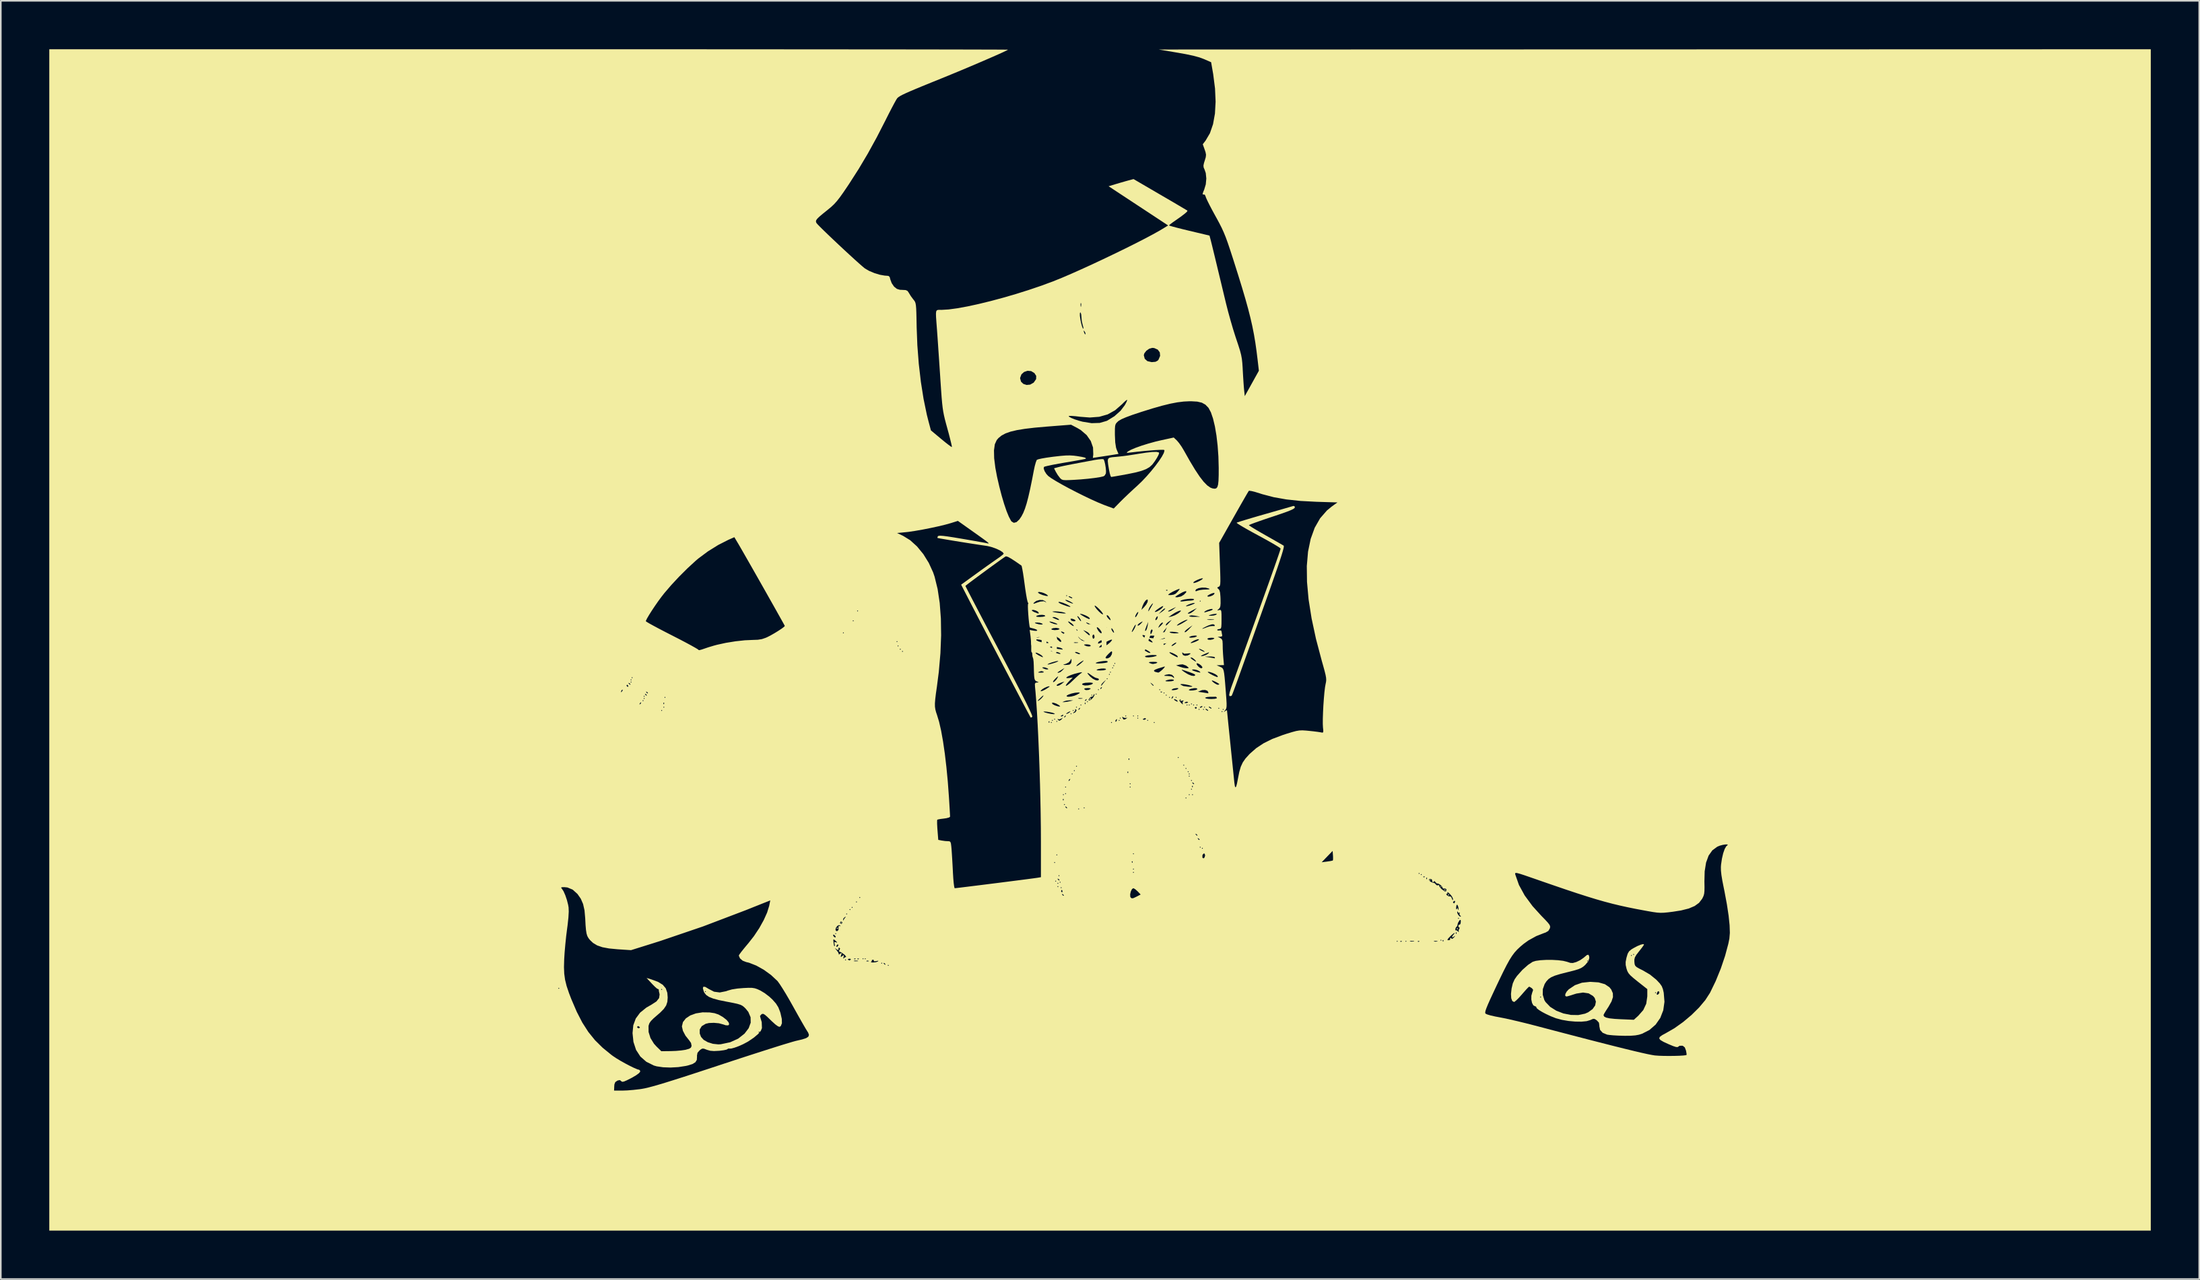
<source format=kicad_pcb>
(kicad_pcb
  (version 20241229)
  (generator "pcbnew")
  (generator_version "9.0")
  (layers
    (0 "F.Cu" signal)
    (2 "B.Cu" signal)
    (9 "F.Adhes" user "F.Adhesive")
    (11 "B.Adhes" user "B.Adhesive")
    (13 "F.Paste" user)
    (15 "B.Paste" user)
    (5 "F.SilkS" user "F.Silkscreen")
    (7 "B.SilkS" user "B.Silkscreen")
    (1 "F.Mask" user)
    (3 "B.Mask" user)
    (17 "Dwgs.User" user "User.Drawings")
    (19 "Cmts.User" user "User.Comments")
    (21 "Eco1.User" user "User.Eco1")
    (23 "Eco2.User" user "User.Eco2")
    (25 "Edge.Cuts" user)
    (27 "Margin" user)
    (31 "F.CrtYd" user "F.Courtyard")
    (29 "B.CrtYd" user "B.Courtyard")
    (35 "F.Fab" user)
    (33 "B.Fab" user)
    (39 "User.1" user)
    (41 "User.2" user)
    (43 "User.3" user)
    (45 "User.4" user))
  (footprint "mrSlave"
    (layer "F.Cu")
    (at 65.024 36.576)
    (property "Reference" "mrSlave" (at 0 0 0) (layer "F.SilkS") (effects (font (size 1.5 1.5) (thickness 0.3))))
    (attr board_only exclude_from_pos_files exclude_from_bom)
    (fp_poly (pts (xy -15.985 17.509) (xy -16.019 17.543) (xy -16.053 17.509) (xy -16.019 17.475)) (stroke (width 0) (type solid)) (fill yes) (layer "F.SilkS"))
    (fp_poly (pts (xy 20.455 14.867) (xy 20.422 14.901) (xy 20.388 14.867) (xy 20.422 14.834)) (stroke (width 0) (type solid)) (fill yes) (layer "F.SilkS"))
    (fp_poly (pts (xy 21.133 15.274) (xy 21.099 15.308) (xy 21.065 15.274) (xy 21.099 15.24)) (stroke (width 0) (type solid)) (fill yes) (layer "F.SilkS"))
    (fp_poly (pts (xy -16.211 17.836) (xy -16.22 17.877) (xy -16.256 17.882) (xy -16.312 17.857) (xy -16.301 17.836) (xy -16.221 17.828)) (stroke (width 0) (type solid)) (fill yes) (layer "F.SilkS"))
    (fp_poly (pts (xy 21.381 15.466) (xy 21.372 15.506) (xy 21.336 15.511) (xy 21.28 15.486) (xy 21.291 15.466) (xy 21.371 15.458)) (stroke (width 0) (type solid)) (fill yes) (layer "F.SilkS"))
    (fp_poly (pts (xy 21.584 15.737) (xy 21.592 15.817) (xy 21.584 15.827) (xy 21.544 15.818) (xy 21.539 15.782) (xy 21.564 15.726)) (stroke (width 0) (type solid)) (fill yes) (layer "F.SilkS"))
    (fp_poly (pts (xy 22.126 17.836) (xy 22.134 17.917) (xy 22.126 17.927) (xy 22.086 17.917) (xy 22.081 17.882) (xy 22.106 17.826)) (stroke (width 0) (type solid)) (fill yes) (layer "F.SilkS"))
    (fp_poly (pts (xy -0.563 3.634) (xy -0.576 3.658) (xy -0.64 3.722) (xy -0.651 3.725) (xy -0.656 3.682) (xy -0.643 3.658) (xy -0.58 3.593) (xy -0.568 3.59)) (stroke (width 0) (type solid)) (fill yes) (layer "F.SilkS"))
    (fp_poly (pts (xy 0.212 -11.19) (xy 0.219 -11.186) (xy 0.268 -11.08) (xy 0.315 -10.889) (xy 0.352 -10.663) (xy 0.37 -10.453) (xy 0.362 -10.308) (xy 0.362 -10.308) (xy 0.285 -10.177) (xy 0.213 -10.131) (xy -0.016 -10.079) (xy -0.348 -10.028) (xy -0.753 -9.98) (xy -1.198 -9.94) (xy -1.558 -9.916) (xy -1.893 -9.899) (xy -2.121 -9.893) (xy -2.269 -9.903) (xy -2.363 -9.931) (xy -2.432 -9.982) (xy -2.481 -10.033) (xy -2.617 -10.212) (xy -2.736 -10.411) (xy -2.845 -10.629) (xy -2.58 -10.7) (xy -2.453 -10.732) (xy -2.276 -10.771) (xy -2.036 -10.82) (xy -1.716 -10.883) (xy -1.303 -10.961) (xy -0.782 -11.059) (xy -0.339 -11.141) (xy -0.09 -11.18) (xy 0.106 -11.197)) (stroke (width 0) (type solid)) (fill yes) (layer "F.SilkS"))
    (fp_poly (pts (xy 3.63 -11.615) (xy 3.658 -11.573) (xy 3.62 -11.457) (xy 3.524 -11.276) (xy 3.395 -11.073) (xy 3.258 -10.888) (xy 3.223 -10.848) (xy 3.061 -10.7) (xy 2.847 -10.576) (xy 2.562 -10.468) (xy 2.183 -10.367) (xy 1.692 -10.266) (xy 1.663 -10.261) (xy 1.325 -10.199) (xy 1.035 -10.148) (xy 0.818 -10.111) (xy 0.701 -10.093) (xy 0.689 -10.092) (xy 0.65 -10.154) (xy 0.602 -10.315) (xy 0.555 -10.544) (xy 0.552 -10.563) (xy 0.499 -10.882) (xy 0.478 -11.092) (xy 0.502 -11.217) (xy 0.587 -11.283) (xy 0.745 -11.314) (xy 0.993 -11.336) (xy 0.999 -11.336) (xy 1.289 -11.367) (xy 1.659 -11.414) (xy 2.054 -11.472) (xy 2.324 -11.515) (xy 2.839 -11.595) (xy 3.226 -11.638) (xy 3.489 -11.644)) (stroke (width 0) (type solid)) (fill yes) (layer "F.SilkS"))
    (fp_poly (pts (xy 12.042 -8.269) (xy 12.057 -8.209) (xy 12.031 -8.16) (xy 11.947 -8.102) (xy 11.79 -8.028) (xy 11.547 -7.933) (xy 11.203 -7.811) (xy 10.747 -7.657) (xy 10.634 -7.62) (xy 10.222 -7.482) (xy 9.856 -7.355) (xy 9.556 -7.248) (xy 9.339 -7.166) (xy 9.225 -7.116) (xy 9.212 -7.106) (xy 9.268 -7.06) (xy 9.423 -6.96) (xy 9.659 -6.817) (xy 9.956 -6.643) (xy 10.245 -6.478) (xy 10.587 -6.284) (xy 10.891 -6.111) (xy 11.137 -5.97) (xy 11.303 -5.874) (xy 11.365 -5.837) (xy 11.375 -5.794) (xy 11.36 -5.689) (xy 11.315 -5.512) (xy 11.239 -5.257) (xy 11.128 -4.915) (xy 10.981 -4.477) (xy 10.793 -3.934) (xy 10.564 -3.279) (xy 10.372 -2.738) (xy 10.006 -1.705) (xy 9.682 -0.793) (xy 9.398 0.006) (xy 9.151 0.699) (xy 8.939 1.294) (xy 8.759 1.799) (xy 8.608 2.219) (xy 8.484 2.564) (xy 8.384 2.84) (xy 8.305 3.054) (xy 8.245 3.215) (xy 8.201 3.328) (xy 8.17 3.403) (xy 8.15 3.445) (xy 8.138 3.463) (xy 8.043 3.483) (xy 8.014 3.476) (xy 7.992 3.41) (xy 8.024 3.242) (xy 8.111 2.964) (xy 8.173 2.79) (xy 8.284 2.484) (xy 8.437 2.06) (xy 8.628 1.528) (xy 8.854 0.899) (xy 9.112 0.182) (xy 9.397 -0.613) (xy 9.706 -1.476) (xy 10.035 -2.397) (xy 10.382 -3.365) (xy 10.438 -3.522) (xy 10.616 -4.024) (xy 10.78 -4.487) (xy 10.922 -4.894) (xy 11.038 -5.23) (xy 11.122 -5.479) (xy 11.168 -5.626) (xy 11.176 -5.658) (xy 11.119 -5.709) (xy 10.958 -5.813) (xy 10.711 -5.96) (xy 10.394 -6.14) (xy 10.024 -6.345) (xy 9.791 -6.471) (xy 9.401 -6.683) (xy 9.057 -6.875) (xy 8.776 -7.038) (xy 8.574 -7.162) (xy 8.466 -7.239) (xy 8.453 -7.258) (xy 8.528 -7.288) (xy 8.717 -7.349) (xy 9 -7.436) (xy 9.36 -7.544) (xy 9.779 -7.667) (xy 10.194 -7.786) (xy 10.654 -7.918) (xy 11.073 -8.038) (xy 11.432 -8.141) (xy 11.715 -8.223) (xy 11.901 -8.277) (xy 11.972 -8.298)) (stroke (width 0) (type solid)) (fill yes) (layer "F.SilkS"))
    (fp_poly (pts (xy -27.764 21.022) (xy -27.352 21.175) (xy -27.061 21.353) (xy -26.875 21.573) (xy -26.778 21.85) (xy -26.755 22.14) (xy -26.775 22.407) (xy -26.849 22.633) (xy -26.994 22.849) (xy -27.228 23.086) (xy -27.398 23.232) (xy -27.64 23.443) (xy -27.796 23.601) (xy -27.886 23.734) (xy -27.932 23.869) (xy -27.941 23.914) (xy -27.937 24.276) (xy -27.821 24.651) (xy -27.603 25.005) (xy -27.45 25.174) (xy -27.149 25.468) (xy -26.562 25.461) (xy -26.241 25.449) (xy -25.925 25.421) (xy -25.673 25.384) (xy -25.637 25.376) (xy -25.427 25.316) (xy -25.319 25.247) (xy -25.277 25.145) (xy -25.276 25.138) (xy -25.312 24.955) (xy -25.421 24.8) (xy -25.656 24.503) (xy -25.813 24.204) (xy -25.874 23.939) (xy -25.874 23.926) (xy -25.811 23.664) (xy -25.633 23.437) (xy -25.36 23.254) (xy -25.009 23.126) (xy -24.599 23.061) (xy -24.163 23.067) (xy -23.854 23.113) (xy -23.607 23.197) (xy -23.347 23.346) (xy -23.333 23.356) (xy -23.113 23.527) (xy -22.985 23.681) (xy -22.949 23.799) (xy -23.006 23.866) (xy -23.155 23.864) (xy -23.325 23.808) (xy -23.585 23.738) (xy -23.9 23.71) (xy -24.204 23.723) (xy -24.403 23.769) (xy -24.648 23.916) (xy -24.772 24.121) (xy -24.771 24.374) (xy -24.692 24.581) (xy -24.531 24.763) (xy -24.273 24.91) (xy -23.958 25.009) (xy -23.622 25.045) (xy -23.468 25.036) (xy -22.888 24.913) (xy -22.394 24.69) (xy -22 24.379) (xy -21.926 24.282) (xy -21.133 24.282) (xy -21.099 24.316) (xy -21.065 24.282) (xy -21.099 24.249) (xy -21.133 24.282) (xy -21.926 24.282) (xy -21.744 24.044) (xy -21.618 23.702) (xy -21.625 23.364) (xy -21.764 23.037) (xy -21.933 22.827) (xy -22.039 22.724) (xy -22.141 22.648) (xy -22.266 22.588) (xy -22.44 22.535) (xy -22.69 22.48) (xy -23.042 22.412) (xy -23.113 22.399) (xy -23.586 22.303) (xy -23.941 22.207) (xy -24.198 22.105) (xy -24.373 21.986) (xy -24.486 21.844) (xy -24.518 21.776) (xy -24.452 21.776) (xy -24.418 21.81) (xy -24.384 21.776) (xy -24.418 21.742) (xy -24.452 21.776) (xy -24.518 21.776) (xy -24.527 21.757) (xy -24.578 21.562) (xy -24.544 21.472) (xy -24.425 21.487) (xy -24.223 21.608) (xy -24.22 21.611) (xy -23.886 21.783) (xy -23.531 21.83) (xy -23.14 21.752) (xy -23.029 21.712) (xy -22.779 21.641) (xy -22.434 21.587) (xy -22.066 21.556) (xy -21.753 21.542) (xy -21.534 21.545) (xy -21.365 21.571) (xy -21.205 21.625) (xy -21.016 21.712) (xy -20.748 21.874) (xy -20.462 22.093) (xy -20.269 22.272) (xy -20.052 22.519) (xy -19.908 22.75) (xy -19.8 23.027) (xy -19.776 23.103) (xy -19.693 23.467) (xy -19.686 23.739) (xy -19.756 23.91) (xy -19.826 23.959) (xy -19.925 23.93) (xy -20.097 23.806) (xy -20.329 23.595) (xy -20.379 23.546) (xy -20.595 23.336) (xy -20.739 23.211) (xy -20.836 23.156) (xy -20.908 23.157) (xy -20.958 23.186) (xy -21.042 23.287) (xy -21.013 23.407) (xy -20.936 23.665) (xy -20.922 24.025) (xy -20.922 24.036) (xy -20.988 24.201) (xy -21.159 24.402) (xy -21.418 24.623) (xy -21.747 24.847) (xy -21.814 24.888) (xy -22.077 25.028) (xy -22.354 25.152) (xy -22.612 25.247) (xy -22.819 25.303) (xy -22.945 25.307) (xy -22.954 25.303) (xy -23.03 25.311) (xy -23.04 25.331) (xy -23.114 25.369) (xy -23.288 25.407) (xy -23.527 25.438) (xy -23.571 25.442) (xy -23.891 25.458) (xy -24.125 25.439) (xy -24.321 25.383) (xy -24.341 25.375) (xy -24.512 25.31) (xy -24.62 25.307) (xy -24.726 25.371) (xy -24.781 25.417) (xy -24.909 25.564) (xy -24.943 25.74) (xy -24.94 25.81) (xy -24.952 26.005) (xy -25.041 26.151) (xy -25.223 26.263) (xy -25.517 26.354) (xy -25.644 26.382) (xy -26.102 26.452) (xy -26.582 26.479) (xy -27.04 26.462) (xy -27.435 26.404) (xy -27.61 26.354) (xy -28.078 26.121) (xy -28.446 25.797) (xy -28.712 25.387) (xy -28.874 24.892) (xy -28.93 24.346) (xy -28.895 23.978) (xy -28.651 23.978) (xy -28.596 24.037) (xy -28.546 24.045) (xy -28.475 24.012) (xy -28.482 23.978) (xy -28.568 23.912) (xy -28.587 23.91) (xy -28.649 23.962) (xy -28.651 23.978) (xy -28.895 23.978) (xy -28.884 23.862) (xy -28.731 23.444) (xy -28.465 23.083) (xy -28.078 22.769) (xy -27.755 22.583) (xy -27.454 22.388) (xy -27.287 22.179) (xy -27.254 21.955) (xy -27.266 21.895) (xy -27.301 21.741) (xy -27.306 21.653) (xy -27.316 21.641) (xy -27.161 21.641) (xy -27.127 21.675) (xy -27.093 21.641) (xy -27.127 21.607) (xy -27.161 21.641) (xy -27.316 21.641) (xy -27.334 21.619) (xy -27.346 21.623) (xy -27.414 21.59) (xy -27.544 21.478) (xy -27.71 21.31) (xy -27.73 21.289) (xy -28.062 20.93)) (stroke (width 0) (type solid)) (fill yes) (layer "F.SilkS"))
    (fp_poly (pts (xy 33.663 18.856) (xy 33.663 18.861) (xy 33.624 18.932) (xy 33.519 19.077) (xy 33.371 19.266) (xy 33.355 19.285) (xy 33.191 19.498) (xy 33.1 19.654) (xy 33.066 19.794) (xy 33.067 19.94) (xy 33.083 20.079) (xy 33.121 20.177) (xy 33.208 20.259) (xy 33.369 20.352) (xy 33.59 20.462) (xy 34.032 20.721) (xy 34.415 21.032) (xy 34.448 21.064) (xy 34.642 21.271) (xy 34.761 21.441) (xy 34.833 21.624) (xy 34.884 21.849) (xy 34.929 22.408) (xy 34.855 22.933) (xy 34.669 23.41) (xy 34.381 23.822) (xy 33.997 24.154) (xy 33.552 24.382) (xy 33.345 24.448) (xy 33.126 24.488) (xy 32.854 24.509) (xy 32.493 24.513) (xy 32.425 24.512) (xy 32.084 24.503) (xy 31.762 24.485) (xy 31.502 24.46) (xy 31.376 24.44) (xy 31.108 24.329) (xy 30.945 24.148) (xy 30.897 23.908) (xy 30.9 23.875) (xy 30.873 23.699) (xy 30.743 23.557) (xy 30.617 23.473) (xy 30.517 23.462) (xy 30.377 23.521) (xy 30.341 23.539) (xy 30.114 23.607) (xy 29.791 23.638) (xy 29.406 23.633) (xy 28.994 23.596) (xy 28.588 23.527) (xy 28.223 23.429) (xy 28.188 23.417) (xy 27.904 23.306) (xy 27.621 23.175) (xy 27.364 23.04) (xy 27.158 22.913) (xy 27.029 22.81) (xy 26.999 22.746) (xy 26.977 22.698) (xy 26.93 22.691) (xy 26.815 22.63) (xy 26.733 22.475) (xy 26.689 22.264) (xy 26.691 22.115) (xy 27.229 22.115) (xy 27.263 22.149) (xy 27.297 22.115) (xy 27.263 22.081) (xy 27.229 22.115) (xy 26.691 22.115) (xy 26.692 22.033) (xy 26.749 21.823) (xy 26.763 21.794) (xy 26.802 21.668) (xy 26.734 21.575) (xy 26.716 21.561) (xy 26.603 21.49) (xy 26.553 21.471) (xy 26.495 21.52) (xy 26.371 21.649) (xy 26.205 21.837) (xy 26.111 21.946) (xy 25.925 22.154) (xy 25.763 22.316) (xy 25.65 22.408) (xy 25.621 22.42) (xy 25.511 22.358) (xy 25.447 22.187) (xy 25.431 21.925) (xy 25.468 21.59) (xy 25.468 21.588) (xy 25.543 21.269) (xy 25.655 21.019) (xy 25.801 20.809) (xy 26.138 20.431) (xy 26.49 20.12) (xy 26.773 19.933) (xy 26.962 19.874) (xy 27.249 19.834) (xy 27.599 19.814) (xy 27.975 19.813) (xy 28.34 19.833) (xy 28.66 19.872) (xy 28.898 19.93) (xy 28.905 19.933) (xy 29.104 19.998) (xy 29.258 20.005) (xy 29.444 19.954) (xy 29.481 19.942) (xy 29.609 19.88) (xy 30.141 19.88) (xy 30.175 19.914) (xy 30.209 19.88) (xy 30.175 19.846) (xy 30.141 19.88) (xy 29.609 19.88) (xy 29.718 19.827) (xy 29.939 19.673) (xy 29.976 19.639) (xy 30.134 19.509) (xy 30.229 19.496) (xy 30.271 19.601) (xy 30.277 19.708) (xy 30.212 19.903) (xy 30.023 20.128) (xy 29.903 20.232) (xy 29.774 20.315) (xy 29.608 20.387) (xy 29.376 20.459) (xy 29.051 20.543) (xy 28.888 20.583) (xy 28.465 20.691) (xy 28.15 20.788) (xy 27.921 20.887) (xy 27.753 21.001) (xy 27.622 21.143) (xy 27.514 21.309) (xy 27.402 21.623) (xy 27.397 21.969) (xy 27.495 22.298) (xy 27.569 22.422) (xy 27.858 22.722) (xy 28.237 22.96) (xy 28.673 23.129) (xy 29.135 23.221) (xy 29.591 23.229) (xy 30.009 23.144) (xy 30.209 23.057) (xy 30.48 22.86) (xy 30.64 22.634) (xy 30.686 22.397) (xy 30.611 22.169) (xy 30.507 22.047) (xy 30.235 21.885) (xy 29.891 21.835) (xy 29.481 21.898) (xy 29.345 21.94) (xy 29.119 22.013) (xy 28.941 22.064) (xy 28.857 22.081) (xy 28.787 22.036) (xy 28.797 21.924) (xy 28.875 21.779) (xy 29.007 21.636) (xy 29.392 21.378) (xy 29.822 21.227) (xy 30.327 21.173) (xy 30.345 21.173) (xy 30.847 21.205) (xy 31.241 21.317) (xy 31.525 21.508) (xy 31.637 21.65) (xy 31.735 21.877) (xy 31.742 22.115) (xy 31.653 22.387) (xy 31.465 22.719) (xy 31.432 22.769) (xy 31.298 22.976) (xy 31.2 23.14) (xy 31.158 23.228) (xy 31.157 23.232) (xy 31.194 23.319) (xy 31.314 23.385) (xy 31.531 23.433) (xy 31.858 23.467) (xy 32.195 23.486) (xy 33.033 23.522) (xy 33.31 23.271) (xy 33.618 22.92) (xy 33.801 22.528) (xy 33.866 22.077) (xy 33.867 22.033) (xy 33.867 21.968) (xy 34.457 21.968) (xy 34.518 21.967) (xy 34.603 21.88) (xy 34.612 21.837) (xy 34.581 21.75) (xy 34.515 21.766) (xy 34.458 21.873) (xy 34.457 21.968) (xy 33.867 21.968) (xy 33.867 21.844) (xy 34.341 21.844) (xy 34.375 21.878) (xy 34.409 21.844) (xy 34.375 21.81) (xy 34.341 21.844) (xy 33.867 21.844) (xy 33.867 21.622) (xy 33.268 21.149) (xy 33 20.932) (xy 32.819 20.77) (xy 32.703 20.636) (xy 32.631 20.505) (xy 32.58 20.353) (xy 32.53 20.131) (xy 32.528 19.936) (xy 32.574 19.697) (xy 32.585 19.654) (xy 32.619 19.541) (xy 32.851 19.541) (xy 32.885 19.575) (xy 32.918 19.541) (xy 32.885 19.507) (xy 32.851 19.541) (xy 32.619 19.541) (xy 32.64 19.473) (xy 32.986 19.473) (xy 33.02 19.507) (xy 33.054 19.473) (xy 33.02 19.439) (xy 32.986 19.473) (xy 32.64 19.473) (xy 32.654 19.427) (xy 32.74 19.281) (xy 32.882 19.164) (xy 33.005 19.089) (xy 33.244 18.961) (xy 33.452 18.874) (xy 33.601 18.836)) (stroke (width 0) (type solid)) (fill yes) (layer "F.SilkS"))
    (fp_poly (pts (xy -33.348 -36.576) (xy -31.385 -36.576) (xy -29.461 -36.575) (xy -27.581 -36.575) (xy -25.747 -36.575) (xy -23.966 -36.574) (xy -22.241 -36.573) (xy -20.576 -36.572) (xy -18.976 -36.571) (xy -17.446 -36.57) (xy -15.988 -36.569) (xy -14.609 -36.568) (xy -13.312 -36.567) (xy -12.101 -36.566) (xy -10.981 -36.564) (xy -9.956 -36.563) (xy -9.031 -36.561) (xy -8.21 -36.56) (xy -7.496 -36.558) (xy -6.895 -36.556) (xy -6.411 -36.555) (xy -6.048 -36.553) (xy -5.81 -36.551) (xy -5.702 -36.549) (xy -5.695 -36.549) (xy -5.78 -36.501) (xy -5.974 -36.407) (xy -6.262 -36.276) (xy -6.628 -36.114) (xy -7.058 -35.927) (xy -7.534 -35.722) (xy -8.042 -35.506) (xy -8.566 -35.285) (xy -9.091 -35.067) (xy -9.6 -34.858) (xy -9.821 -34.768) (xy -10.468 -34.506) (xy -11.001 -34.289) (xy -11.431 -34.11) (xy -11.771 -33.966) (xy -12.032 -33.85) (xy -12.227 -33.757) (xy -12.367 -33.682) (xy -12.464 -33.62) (xy -12.529 -33.565) (xy -12.549 -33.545) (xy -12.611 -33.45) (xy -12.721 -33.253) (xy -12.869 -32.976) (xy -13.044 -32.639) (xy -13.234 -32.263) (xy -13.261 -32.207) (xy -13.821 -31.115) (xy -14.37 -30.116) (xy -14.932 -29.17) (xy -15.527 -28.241) (xy -15.615 -28.109) (xy -15.881 -27.716) (xy -16.096 -27.414) (xy -16.278 -27.181) (xy -16.448 -26.991) (xy -16.625 -26.823) (xy -16.829 -26.653) (xy -16.858 -26.629) (xy -17.163 -26.384) (xy -17.374 -26.205) (xy -17.505 -26.076) (xy -17.569 -25.981) (xy -17.581 -25.903) (xy -17.554 -25.827) (xy -17.55 -25.819) (xy -17.482 -25.739) (xy -17.33 -25.582) (xy -17.109 -25.364) (xy -16.834 -25.098) (xy -16.52 -24.799) (xy -16.184 -24.482) (xy -15.841 -24.161) (xy -15.505 -23.851) (xy -15.194 -23.566) (xy -14.922 -23.322) (xy -14.705 -23.131) (xy -14.558 -23.01) (xy -14.548 -23.002) (xy -14.295 -22.854) (xy -13.968 -22.717) (xy -13.624 -22.612) (xy -13.319 -22.559) (xy -13.243 -22.555) (xy -13.093 -22.541) (xy -13.017 -22.473) (xy -12.974 -22.309) (xy -12.973 -22.308) (xy -12.892 -22.092) (xy -12.754 -21.889) (xy -12.734 -21.868) (xy -12.57 -21.737) (xy -12.388 -21.682) (xy -12.233 -21.675) (xy -12.033 -21.664) (xy -11.917 -21.614) (xy -11.836 -21.502) (xy -11.824 -21.48) (xy -11.709 -21.292) (xy -11.564 -21.096) (xy -11.549 -21.078) (xy -11.492 -21.007) (xy -11.448 -20.935) (xy -11.417 -20.844) (xy -11.394 -20.714) (xy -11.378 -20.525) (xy -11.367 -20.26) (xy -11.358 -19.898) (xy -11.349 -19.421) (xy -11.349 -19.393) (xy -11.305 -18.246) (xy -11.217 -17.098) (xy -11.087 -15.981) (xy -10.92 -14.922) (xy -10.72 -13.953) (xy -10.618 -13.549) (xy -10.465 -12.975) (xy -9.83 -12.445) (xy -9.585 -12.244) (xy -9.379 -12.083) (xy -9.233 -11.977) (xy -9.168 -11.942) (xy -9.167 -11.943) (xy -9.175 -12.014) (xy -9.215 -12.194) (xy -9.28 -12.46) (xy -9.366 -12.792) (xy -9.446 -13.085) (xy -9.533 -13.403) (xy -9.603 -13.67) (xy -9.648 -13.866) (xy -1.938 -13.866) (xy -1.911 -13.817) (xy -1.78 -13.745) (xy -1.57 -13.66) (xy -1.31 -13.575) (xy -1.084 -13.514) (xy -0.519 -13.422) (xy -0.019 -13.438) (xy 0.407 -13.561) (xy 0.449 -13.58) (xy 0.892 -13.853) (xy 1.268 -14.188) (xy 1.533 -14.538) (xy 1.627 -14.713) (xy 1.678 -14.836) (xy 1.68 -14.869) (xy 1.622 -14.84) (xy 1.5 -14.734) (xy 1.357 -14.591) (xy 0.934 -14.222) (xy 0.471 -13.965) (xy -0.047 -13.817) (xy -0.634 -13.773) (xy -1.22 -13.818) (xy -1.508 -13.852) (xy -1.744 -13.871) (xy -1.897 -13.874) (xy -1.938 -13.866) (xy -9.648 -13.866) (xy -9.658 -13.909) (xy -9.703 -14.141) (xy -9.74 -14.388) (xy -9.772 -14.672) (xy -9.802 -15.015) (xy -9.833 -15.439) (xy -9.869 -15.966) (xy -9.884 -16.192) (xy -4.945 -16.192) (xy -4.888 -15.99) (xy -4.743 -15.852) (xy -4.543 -15.789) (xy -4.323 -15.81) (xy -4.118 -15.926) (xy -4.095 -15.948) (xy -3.955 -16.153) (xy -3.95 -16.352) (xy -4.064 -16.527) (xy -4.264 -16.647) (xy -4.488 -16.665) (xy -4.7 -16.593) (xy -4.863 -16.447) (xy -4.942 -16.239) (xy -4.945 -16.192) (xy -9.884 -16.192) (xy -9.888 -16.261) (xy -9.926 -16.831) (xy -9.965 -17.408) (xy -9.98 -17.629) (xy 2.709 -17.629) (xy 2.767 -17.409) (xy 2.93 -17.263) (xy 3.184 -17.205) (xy 3.217 -17.204) (xy 3.433 -17.223) (xy 3.567 -17.293) (xy 3.62 -17.355) (xy 3.719 -17.589) (xy 3.698 -17.806) (xy 3.572 -17.977) (xy 3.356 -18.073) (xy 3.233 -18.085) (xy 3.047 -18.034) (xy 2.868 -17.909) (xy 2.742 -17.747) (xy 2.709 -17.629) (xy -9.98 -17.629) (xy -10.003 -17.962) (xy -10.037 -18.467) (xy -10.067 -18.895) (xy -10.084 -19.123) (xy -1.011 -19.123) (xy -0.974 -19.002) (xy -0.924 -18.924) (xy -0.9 -18.923) (xy -0.904 -18.999) (xy -0.94 -19.079) (xy -1 -19.158) (xy -1.011 -19.123) (xy -10.084 -19.123) (xy -10.09 -19.217) (xy -10.092 -19.24) (xy -10.125 -19.67) (xy -10.147 -19.984) (xy -10.151 -20.111) (xy -1.25 -20.111) (xy -1.243 -20.032) (xy -1.21 -19.812) (xy -1.163 -19.591) (xy -1.11 -19.404) (xy -1.061 -19.286) (xy -1.031 -19.266) (xy -1.03 -19.344) (xy -1.069 -19.494) (xy -1.076 -19.514) (xy -1.128 -19.737) (xy -1.151 -19.979) (xy -1.151 -19.987) (xy -1.166 -20.163) (xy -1.203 -20.272) (xy -1.213 -20.282) (xy -1.244 -20.247) (xy -1.25 -20.111) (xy -10.151 -20.111) (xy -10.153 -20.198) (xy -10.141 -20.333) (xy -10.104 -20.406) (xy -10.038 -20.435) (xy -9.94 -20.44) (xy -9.805 -20.438) (xy -9.804 -20.438) (xy -9.37 -20.464) (xy -8.83 -20.537) (xy -8.201 -20.652) (xy -7.703 -20.76) (xy -1.206 -20.76) (xy -1.199 -20.645) (xy -1.177 -20.634) (xy -1.175 -20.64) (xy -1.161 -20.775) (xy -1.172 -20.844) (xy -1.194 -20.871) (xy -1.206 -20.781) (xy -1.206 -20.76) (xy -7.703 -20.76) (xy -7.503 -20.804) (xy -6.754 -20.987) (xy -5.973 -21.197) (xy -5.178 -21.429) (xy -4.389 -21.678) (xy -3.623 -21.938) (xy -2.9 -22.206) (xy -2.371 -22.419) (xy -1.793 -22.667) (xy -1.158 -22.95) (xy -0.484 -23.258) (xy 0.209 -23.583) (xy 0.902 -23.915) (xy 1.575 -24.243) (xy 2.21 -24.56) (xy 2.786 -24.856) (xy 3.284 -25.121) (xy 3.685 -25.345) (xy 3.818 -25.424) (xy 4.215 -25.665) (xy 2.373 -26.879) (xy 0.531 -28.093) (xy 0.993 -28.233) (xy 1.282 -28.318) (xy 1.57 -28.401) (xy 1.765 -28.455) (xy 2.074 -28.537) (xy 3.729 -27.571) (xy 4.158 -27.321) (xy 4.547 -27.094) (xy 4.881 -26.897) (xy 5.146 -26.74) (xy 5.327 -26.632) (xy 5.409 -26.583) (xy 5.411 -26.58) (xy 5.382 -26.519) (xy 5.243 -26.394) (xy 4.999 -26.208) (xy 4.693 -25.993) (xy 4.491 -25.851) (xy 4.341 -25.737) (xy 4.271 -25.674) (xy 4.269 -25.669) (xy 4.331 -25.643) (xy 4.505 -25.592) (xy 4.77 -25.521) (xy 5.107 -25.436) (xy 5.494 -25.342) (xy 5.521 -25.336) (xy 6.774 -25.038) (xy 6.839 -24.796) (xy 6.863 -24.702) (xy 6.9 -24.555) (xy 6.951 -24.348) (xy 7.019 -24.069) (xy 7.106 -23.711) (xy 7.214 -23.263) (xy 7.345 -22.716) (xy 7.503 -22.061) (xy 7.688 -21.289) (xy 7.799 -20.828) (xy 7.923 -20.341) (xy 8.073 -19.797) (xy 8.232 -19.252) (xy 8.386 -18.764) (xy 8.432 -18.627) (xy 8.567 -18.221) (xy 8.665 -17.908) (xy 8.732 -17.649) (xy 8.776 -17.408) (xy 8.805 -17.15) (xy 8.826 -16.839) (xy 8.833 -16.696) (xy 8.854 -16.326) (xy 8.877 -15.968) (xy 8.899 -15.664) (xy 8.918 -15.456) (xy 8.957 -15.096) (xy 9.394 -15.883) (xy 9.83 -16.669) (xy 9.754 -17.326) (xy 9.685 -17.884) (xy 9.611 -18.408) (xy 9.526 -18.913) (xy 9.426 -19.42) (xy 9.307 -19.944) (xy 9.165 -20.504) (xy 8.995 -21.117) (xy 8.793 -21.801) (xy 8.555 -22.574) (xy 8.277 -23.454) (xy 8.218 -23.639) (xy 8.048 -24.162) (xy 7.906 -24.584) (xy 7.78 -24.931) (xy 7.658 -25.231) (xy 7.53 -25.514) (xy 7.382 -25.805) (xy 7.205 -26.133) (xy 7.126 -26.275) (xy 6.936 -26.624) (xy 6.771 -26.94) (xy 6.642 -27.2) (xy 6.559 -27.383) (xy 6.534 -27.461) (xy 6.483 -27.571) (xy 6.414 -27.582) (xy 6.356 -27.586) (xy 6.353 -27.647) (xy 6.406 -27.79) (xy 6.444 -27.878) (xy 6.544 -28.21) (xy 6.577 -28.572) (xy 6.543 -28.911) (xy 6.47 -29.123) (xy 6.412 -29.256) (xy 6.4 -29.377) (xy 6.435 -29.541) (xy 6.479 -29.679) (xy 6.543 -29.893) (xy 6.559 -30.047) (xy 6.528 -30.207) (xy 6.476 -30.361) (xy 6.358 -30.693) (xy 6.534 -30.924) (xy 6.801 -31.377) (xy 6.993 -31.935) (xy 7.111 -32.589) (xy 7.152 -33.329) (xy 7.116 -34.147) (xy 7.003 -35.033) (xy 6.99 -35.107) (xy 6.875 -35.773) (xy 6.428 -35.969) (xy 6.147 -36.073) (xy 5.779 -36.173) (xy 5.307 -36.273) (xy 4.802 -36.363) (xy 3.624 -36.56) (xy 34.324 -36.568) (xy 65.024 -36.576) (xy 65.024 0) (xy 65.024 36.576) (xy 0 36.576) (xy -65.024 36.576) (xy -65.024 21.573) (xy -33.528 21.573) (xy -33.494 21.607) (xy -33.46 21.573) (xy -33.494 21.539) (xy -33.528 21.573) (xy -65.024 21.573) (xy -65.024 15.343) (xy -33.352 15.343) (xy -33.301 15.409) (xy -33.2 15.562) (xy -33.092 15.807) (xy -32.992 16.102) (xy -32.915 16.405) (xy -32.888 16.563) (xy -32.878 16.82) (xy -32.899 17.192) (xy -32.95 17.667) (xy -32.979 17.884) (xy -33.037 18.342) (xy -33.09 18.855) (xy -33.134 19.36) (xy -33.16 19.778) (xy -33.173 20.258) (xy -33.157 20.667) (xy -33.105 21.045) (xy -33.009 21.432) (xy -32.862 21.869) (xy -32.716 22.248) (xy -32.382 23.027) (xy -32.038 23.695) (xy -31.668 24.272) (xy -31.255 24.784) (xy -30.782 25.252) (xy -30.232 25.7) (xy -30.155 25.757) (xy -29.946 25.898) (xy -29.679 26.059) (xy -29.385 26.224) (xy -29.093 26.377) (xy -28.831 26.505) (xy -28.628 26.59) (xy -28.517 26.619) (xy -28.461 26.673) (xy -28.46 26.738) (xy -28.53 26.825) (xy -28.699 26.951) (xy -28.943 27.096) (xy -29.021 27.138) (xy -29.284 27.27) (xy -29.454 27.343) (xy -29.557 27.363) (xy -29.618 27.337) (xy -29.633 27.319) (xy -29.714 27.256) (xy -29.835 27.278) (xy -29.879 27.297) (xy -29.999 27.382) (xy -30.052 27.52) (xy -30.062 27.641) (xy -30.073 27.906) (xy -29.556 27.906) (xy -29.25 27.895) (xy -28.874 27.864) (xy -28.494 27.821) (xy -28.354 27.8) (xy -28.174 27.767) (xy -27.946 27.714) (xy -27.662 27.639) (xy -27.312 27.539) (xy -26.889 27.412) (xy -26.381 27.253) (xy -25.78 27.062) (xy -25.078 26.834) (xy -24.264 26.567) (xy -23.503 26.316) (xy -22.766 26.073) (xy -22.054 25.84) (xy -21.379 25.622) (xy -20.754 25.421) (xy -20.191 25.242) (xy -19.704 25.089) (xy -19.305 24.967) (xy -19.006 24.879) (xy -18.82 24.828) (xy -18.796 24.823) (xy -18.43 24.737) (xy -18.185 24.656) (xy -18.051 24.568) (xy -18.013 24.46) (xy -18.061 24.321) (xy -18.142 24.191) (xy -18.211 24.08) (xy -18.334 23.87) (xy -18.499 23.582) (xy -18.695 23.235) (xy -18.794 23.057) (xy 23.836 23.057) (xy 23.843 23.118) (xy 23.858 23.142) (xy 23.96 23.191) (xy 24.165 23.252) (xy 24.44 23.315) (xy 24.693 23.363) (xy 24.992 23.421) (xy 25.388 23.507) (xy 25.846 23.613) (xy 26.331 23.731) (xy 26.81 23.853) (xy 26.856 23.865) (xy 28.096 24.191) (xy 29.21 24.482) (xy 30.202 24.74) (xy 31.078 24.965) (xy 31.841 25.159) (xy 32.497 25.322) (xy 33.05 25.457) (xy 33.505 25.564) (xy 33.866 25.644) (xy 34.138 25.698) (xy 34.326 25.729) (xy 34.35 25.731) (xy 34.584 25.748) (xy 34.88 25.758) (xy 35.209 25.761) (xy 35.54 25.758) (xy 35.845 25.749) (xy 36.092 25.734) (xy 36.252 25.715) (xy 36.296 25.7) (xy 36.297 25.627) (xy 36.271 25.473) (xy 36.26 25.423) (xy 36.188 25.233) (xy 36.074 25.14) (xy 36.032 25.128) (xy 35.866 25.13) (xy 35.796 25.178) (xy 35.74 25.214) (xy 35.636 25.205) (xy 35.461 25.148) (xy 35.193 25.036) (xy 34.874 24.89) (xy 34.679 24.775) (xy 34.603 24.676) (xy 34.642 24.579) (xy 34.793 24.47) (xy 34.999 24.359) (xy 35.543 24.046) (xy 36.086 23.659) (xy 36.603 23.224) (xy 37.069 22.764) (xy 37.458 22.3) (xy 37.744 21.857) (xy 37.747 21.853) (xy 38.098 21.128) (xy 38.415 20.35) (xy 38.681 19.562) (xy 38.882 18.811) (xy 38.946 18.494) (xy 38.976 18.14) (xy 38.96 17.665) (xy 38.899 17.075) (xy 38.793 16.375) (xy 38.644 15.572) (xy 38.598 15.347) (xy 38.51 14.903) (xy 38.454 14.56) (xy 38.425 14.291) (xy 38.421 14.066) (xy 38.431 13.917) (xy 38.485 13.547) (xy 38.562 13.215) (xy 38.654 12.949) (xy 38.752 12.778) (xy 38.796 12.738) (xy 38.853 12.686) (xy 38.807 12.663) (xy 38.69 12.666) (xy 38.529 12.693) (xy 38.356 12.739) (xy 38.199 12.803) (xy 38.199 12.803) (xy 37.892 13.029) (xy 37.661 13.356) (xy 37.503 13.79) (xy 37.417 14.332) (xy 37.401 14.955) (xy 37.407 15.302) (xy 37.403 15.545) (xy 37.385 15.718) (xy 37.347 15.853) (xy 37.286 15.982) (xy 37.255 16.038) (xy 37.067 16.281) (xy 36.798 16.476) (xy 36.434 16.631) (xy 35.962 16.75) (xy 35.465 16.829) (xy 35.144 16.869) (xy 34.897 16.892) (xy 34.685 16.898) (xy 34.471 16.884) (xy 34.217 16.849) (xy 33.884 16.791) (xy 33.704 16.758) (xy 33.163 16.657) (xy 32.66 16.555) (xy 32.178 16.449) (xy 31.701 16.334) (xy 31.213 16.205) (xy 30.696 16.057) (xy 30.136 15.885) (xy 29.516 15.686) (xy 28.819 15.454) (xy 28.03 15.184) (xy 27.131 14.873) (xy 27.035 14.839) (xy 26.582 14.682) (xy 26.242 14.565) (xy 25.998 14.486) (xy 25.837 14.442) (xy 25.741 14.427) (xy 25.697 14.44) (xy 25.688 14.476) (xy 25.699 14.531) (xy 25.924 15.173) (xy 26.279 15.823) (xy 26.765 16.483) (xy 27.299 17.071) (xy 27.547 17.325) (xy 27.712 17.504) (xy 27.809 17.63) (xy 27.851 17.722) (xy 27.852 17.802) (xy 27.831 17.872) (xy 27.742 18.02) (xy 27.574 18.118) (xy 27.48 18.15) (xy 26.994 18.34) (xy 26.513 18.606) (xy 26.218 18.818) (xy 26.004 18.998) (xy 25.819 19.172) (xy 25.654 19.355) (xy 25.496 19.567) (xy 25.335 19.823) (xy 25.159 20.142) (xy 24.957 20.54) (xy 24.717 21.035) (xy 24.565 21.354) (xy 24.326 21.864) (xy 24.14 22.265) (xy 24.004 22.571) (xy 23.912 22.796) (xy 23.857 22.954) (xy 23.836 23.057) (xy -18.794 23.057) (xy -18.91 22.849) (xy -18.998 22.691) (xy -19.225 22.288) (xy -19.446 21.91) (xy -19.649 21.579) (xy -19.819 21.316) (xy -19.943 21.143) (xy -19.973 21.109) (xy -20.366 20.744) (xy -20.812 20.422) (xy -21.276 20.163) (xy -21.307 20.151) (xy -13.14 20.151) (xy -13.106 20.185) (xy -13.073 20.151) (xy -13.106 20.117) (xy -13.14 20.151) (xy -21.307 20.151) (xy -21.653 20.015) (xy -13.547 20.015) (xy -13.513 20.049) (xy -13.479 20.015) (xy -13.493 20.001) (xy -13.4 20.001) (xy -13.384 20.039) (xy -13.316 20.111) (xy -13.276 20.096) (xy -13.276 20.087) (xy -13.324 20.03) (xy -13.354 20.009) (xy -13.4 20.001) (xy -13.493 20.001) (xy -13.513 19.981) (xy -13.547 20.015) (xy -21.653 20.015) (xy -21.72 19.989) (xy -21.837 19.961) (xy -14.176 19.961) (xy -14.071 19.974) (xy -14.055 19.975) (xy -13.873 19.956) (xy -13.75 19.911) (xy -13.71 19.87) (xy -13.788 19.875) (xy -13.845 19.888) (xy -13.977 19.903) (xy -14 19.867) (xy -14 19.867) (xy -14.014 19.809) (xy -14.055 19.801) (xy -14.123 19.828) (xy -14.119 19.851) (xy -14.14 19.917) (xy -14.173 19.936) (xy -14.176 19.961) (xy -21.837 19.961) (xy -21.905 19.944) (xy -22.052 19.887) (xy -15.244 19.887) (xy -15.15 19.897) (xy -15.105 19.898) (xy -15.096 19.897) (xy -14.466 19.897) (xy -14.399 19.908) (xy -14.311 19.896) (xy -14.31 19.873) (xy -14.401 19.857) (xy -14.44 19.867) (xy -14.466 19.897) (xy -15.096 19.897) (xy -14.981 19.891) (xy -14.967 19.873) (xy -14.986 19.867) (xy -15.158 19.856) (xy -15.223 19.867) (xy -15.244 19.887) (xy -22.052 19.887) (xy -22.116 19.862) (xy -22.173 19.812) (xy -15.782 19.812) (xy -15.748 19.846) (xy -15.714 19.812) (xy -15.733 19.793) (xy -15.604 19.793) (xy -15.517 19.846) (xy -15.511 19.846) (xy -15.422 19.798) (xy -15.418 19.793) (xy -15.445 19.749) (xy -15.511 19.739) (xy -15.6 19.762) (xy -15.604 19.793) (xy -15.733 19.793) (xy -15.748 19.778) (xy -15.782 19.812) (xy -22.173 19.812) (xy -22.278 19.721) (xy -22.351 19.559) (xy -22.352 19.541) (xy -22.31 19.465) (xy -22.195 19.309) (xy -22.024 19.095) (xy -22.013 19.082) (xy -16.406 19.082) (xy -16.376 19.129) (xy -16.306 19.208) (xy -16.201 19.35) (xy -16.163 19.455) (xy -16.17 19.476) (xy -16.167 19.488) (xy -16.094 19.438) (xy -16.005 19.378) (xy -15.993 19.416) (xy -16.019 19.507) (xy -16.049 19.622) (xy -16.016 19.625) (xy -15.951 19.575) (xy -15.866 19.515) (xy -15.853 19.556) (xy -15.873 19.643) (xy -15.892 19.738) (xy -15.885 19.733) (xy -15.217 19.733) (xy -15.208 19.773) (xy -15.172 19.778) (xy -15.117 19.753) (xy -15.127 19.733) (xy -15.014 19.733) (xy -15.005 19.773) (xy -14.969 19.778) (xy -14.913 19.753) (xy -14.918 19.744) (xy -14.698 19.744) (xy -14.664 19.778) (xy -14.63 19.744) (xy -14.563 19.744) (xy -14.529 19.778) (xy -14.495 19.744) (xy -14.529 19.71) (xy -14.563 19.744) (xy -14.63 19.744) (xy -14.664 19.71) (xy -14.698 19.744) (xy -14.918 19.744) (xy -14.924 19.733) (xy -15.004 19.725) (xy -15.014 19.733) (xy -15.127 19.733) (xy -15.207 19.725) (xy -15.217 19.733) (xy -15.885 19.733) (xy -15.877 19.727) (xy -15.783 19.65) (xy -15.737 19.643) (xy -15.711 19.608) (xy -15.793 19.512) (xy -15.837 19.473) (xy -15.988 19.364) (xy -16.105 19.306) (xy -16.122 19.304) (xy -16.17 19.281) (xy -16.126 19.208) (xy -16.084 19.11) (xy -16.119 19.068) (xy -16.179 19.06) (xy -16.182 19.079) (xy -16.184 19.192) (xy -16.254 19.192) (xy -16.341 19.129) (xy -16.406 19.082) (xy -22.013 19.082) (xy -21.923 18.973) (xy -16.324 18.973) (xy -16.282 19.01) (xy -16.256 18.999) (xy -16.191 18.909) (xy -16.188 18.89) (xy -16.23 18.853) (xy -16.256 18.864) (xy -16.321 18.953) (xy -16.324 18.973) (xy -21.923 18.973) (xy -21.814 18.842) (xy -21.772 18.794) (xy -21.601 18.576) (xy -16.506 18.576) (xy -16.496 18.682) (xy -16.474 18.86) (xy -16.457 18.942) (xy -16.436 18.964) (xy -16.421 18.965) (xy -16.408 18.911) (xy -16.429 18.82) (xy -16.445 18.716) (xy -16.385 18.709) (xy -16.365 18.716) (xy -16.271 18.744) (xy -16.282 18.709) (xy -16.334 18.661) (xy 18.356 18.661) (xy 18.39 18.694) (xy 18.423 18.661) (xy 18.412 18.649) (xy 18.582 18.649) (xy 18.591 18.69) (xy 18.627 18.694) (xy 18.682 18.67) (xy 18.678 18.661) (xy 18.898 18.661) (xy 18.931 18.694) (xy 18.959 18.667) (xy 19.164 18.667) (xy 19.258 18.678) (xy 19.304 18.679) (xy 19.427 18.672) (xy 19.442 18.654) (xy 19.427 18.649) (xy 19.665 18.649) (xy 19.675 18.69) (xy 19.71 18.694) (xy 19.766 18.67) (xy 19.766 18.669) (xy 20.649 18.669) (xy 20.739 18.681) (xy 20.76 18.681) (xy 20.876 18.674) (xy 20.886 18.653) (xy 20.88 18.65) (xy 20.746 18.637) (xy 20.677 18.647) (xy 20.649 18.669) (xy 19.766 18.669) (xy 19.756 18.649) (xy 19.675 18.641) (xy 19.665 18.649) (xy 19.427 18.649) (xy 19.423 18.648) (xy 19.251 18.637) (xy 19.185 18.648) (xy 19.164 18.667) (xy 18.959 18.667) (xy 18.965 18.661) (xy 18.931 18.627) (xy 18.898 18.661) (xy 18.678 18.661) (xy 18.672 18.649) (xy 18.591 18.641) (xy 18.582 18.649) (xy 18.412 18.649) (xy 18.39 18.627) (xy 18.356 18.661) (xy -16.334 18.661) (xy -16.387 18.612) (xy -16.413 18.593) (xy 21.065 18.593) (xy 21.099 18.627) (xy 21.201 18.627) (xy 21.225 18.682) (xy 21.246 18.672) (xy 21.254 18.591) (xy 21.246 18.582) (xy 21.205 18.591) (xy 21.201 18.627) (xy 21.099 18.627) (xy 21.133 18.593) (xy 21.117 18.577) (xy 21.496 18.577) (xy 21.546 18.598) (xy 21.645 18.581) (xy 21.662 18.561) (xy 21.671 18.452) (xy 21.716 18.454) (xy 21.731 18.476) (xy 21.794 18.512) (xy 21.887 18.44) (xy 21.915 18.408) (xy 21.976 18.327) (xy 21.956 18.331) (xy 21.947 18.339) (xy 21.829 18.417) (xy 21.777 18.407) (xy 21.816 18.321) (xy 21.844 18.288) (xy 21.937 18.172) (xy 21.94 18.153) (xy 22.013 18.153) (xy 22.038 18.208) (xy 22.058 18.198) (xy 22.067 18.117) (xy 22.058 18.107) (xy 22.018 18.117) (xy 22.013 18.153) (xy 21.94 18.153) (xy 21.942 18.138) (xy 21.872 18.178) (xy 21.743 18.287) (xy 21.669 18.358) (xy 21.534 18.502) (xy 21.496 18.577) (xy 21.117 18.577) (xy 21.099 18.559) (xy 21.065 18.593) (xy -16.413 18.593) (xy -16.48 18.542) (xy -16.506 18.576) (xy -21.601 18.576) (xy -21.414 18.337) (xy -21.405 18.323) (xy -16.511 18.323) (xy -16.443 18.401) (xy -16.379 18.423) (xy -16.352 18.385) (xy -16.393 18.32) (xy -16.476 18.249) (xy -16.51 18.248) (xy -16.511 18.323) (xy -21.405 18.323) (xy -21.314 18.186) (xy -16.391 18.186) (xy -16.358 18.22) (xy -16.324 18.186) (xy -16.358 18.153) (xy -16.391 18.186) (xy -21.314 18.186) (xy -21.156 17.947) (xy -16.373 17.947) (xy -16.373 17.948) (xy -16.325 18.028) (xy -16.24 18.023) (xy -16.207 17.975) (xy 21.988 17.975) (xy 22.015 17.982) (xy 22.096 17.994) (xy 22.114 18.016) (xy 22.184 18.082) (xy 22.198 18.085) (xy 22.204 18.051) (xy 22.195 18.04) (xy 22.193 17.959) (xy 22.225 17.905) (xy 22.259 17.829) (xy 22.236 17.814) (xy 22.179 17.759) (xy 22.171 17.709) (xy 22.208 17.633) (xy 22.245 17.633) (xy 22.3 17.596) (xy 22.325 17.472) (xy 22.321 17.347) (xy 22.282 17.337) (xy 22.236 17.378) (xy 22.149 17.526) (xy 22.13 17.61) (xy 22.103 17.721) (xy 22.075 17.746) (xy 22.023 17.802) (xy 21.994 17.882) (xy 21.988 17.975) (xy -16.207 17.975) (xy -16.182 17.939) (xy -16.18 17.925) (xy -16.181 17.787) (xy -16.185 17.756) (xy -16.159 17.7) (xy -16.115 17.716) (xy -16.064 17.729) (xy -16.083 17.684) (xy -16.159 17.655) (xy -16.258 17.711) (xy -16.342 17.82) (xy -16.373 17.947) (xy -21.156 17.947) (xy -21.088 17.846) (xy -20.911 17.527) (xy -16.092 17.527) (xy -16.083 17.549) (xy -16.001 17.582) (xy -15.979 17.573) (xy -15.946 17.491) (xy -15.955 17.469) (xy -16.037 17.436) (xy -16.059 17.445) (xy -16.092 17.527) (xy -20.911 17.527) (xy -20.833 17.387) (xy -15.901 17.387) (xy -15.872 17.34) (xy -15.805 17.238) (xy 22.149 17.238) (xy 22.183 17.272) (xy 22.217 17.238) (xy 22.183 17.204) (xy 22.149 17.238) (xy -15.805 17.238) (xy -15.789 17.214) (xy -15.755 17.182) (xy -15.73 17.146) (xy -15.782 17.154) (xy -15.874 17.236) (xy -15.899 17.311) (xy -15.901 17.387) (xy -20.833 17.387) (xy -20.812 17.349) (xy -20.64 16.967) (xy -15.714 16.967) (xy -15.68 17.001) (xy -15.646 16.967) (xy -15.68 16.933) (xy -15.714 16.967) (xy -20.64 16.967) (xy -20.61 16.9) (xy 22.104 16.9) (xy 22.163 17.019) (xy 22.25 17.114) (xy 22.304 17.135) (xy 22.341 17.114) (xy 22.293 17.075) (xy 22.237 16.98) (xy 22.252 16.93) (xy 22.267 16.876) (xy 22.227 16.893) (xy 22.158 16.891) (xy 22.149 16.858) (xy 22.125 16.806) (xy 22.109 16.815) (xy 22.104 16.9) (xy -20.61 16.9) (xy -20.601 16.88) (xy -20.545 16.696) (xy -15.511 16.696) (xy -15.477 16.73) (xy -15.443 16.696) (xy -15.477 16.662) (xy -15.511 16.696) (xy -20.545 16.696) (xy -20.503 16.561) (xy -15.375 16.561) (xy -15.342 16.595) (xy -15.318 16.571) (xy 22.037 16.571) (xy 22.041 16.684) (xy 22.077 16.67) (xy 22.087 16.656) (xy 22.136 16.595) (xy 22.148 16.655) (xy 22.148 16.657) (xy 22.165 16.725) (xy 22.18 16.722) (xy 22.19 16.64) (xy 22.163 16.514) (xy 22.117 16.412) (xy 22.09 16.392) (xy 22.055 16.45) (xy 22.037 16.571) (xy -15.318 16.571) (xy -15.308 16.561) (xy -15.342 16.527) (xy -15.375 16.561) (xy -20.503 16.561) (xy -20.474 16.467) (xy -20.47 16.447) (xy -20.425 16.222) (xy -15.105 16.222) (xy -15.071 16.256) (xy -15.043 16.229) (xy 21.843 16.229) (xy 21.848 16.263) (xy 21.907 16.319) (xy 21.958 16.252) (xy 21.969 16.226) (xy 21.966 16.157) (xy 21.909 16.165) (xy 21.843 16.229) (xy -15.043 16.229) (xy -15.037 16.222) (xy -15.071 16.188) (xy -15.105 16.222) (xy -20.425 16.222) (xy -20.406 16.13) (xy -20.719 16.254) (xy -20.899 16.325) (xy -21.171 16.434) (xy -21.5 16.565) (xy -21.851 16.706) (xy -21.912 16.73) (xy -24.568 17.741) (xy -27.202 18.638) (xy -27.669 18.786) (xy -29.024 19.21) (xy -29.859 19.155) (xy -30.384 19.105) (xy -30.797 19.028) (xy -31.12 18.916) (xy -31.375 18.762) (xy -31.561 18.586) (xy -31.657 18.464) (xy -31.728 18.337) (xy -31.777 18.178) (xy -31.811 17.962) (xy -31.837 17.663) (xy -31.858 17.255) (xy -31.859 17.238) (xy -31.902 16.747) (xy -31.99 16.355) (xy -32.131 16.028) (xy -32.184 15.951) (xy -14.901 15.951) (xy -14.867 15.985) (xy -14.834 15.951) (xy -14.867 15.917) (xy -14.901 15.951) (xy -32.184 15.951) (xy -32.336 15.734) (xy -32.337 15.734) (xy -2.36 15.734) (xy -2.343 15.771) (xy -2.275 15.844) (xy -2.236 15.829) (xy -2.235 15.82) (xy -2.283 15.762) (xy -2.303 15.749) (xy 1.865 15.749) (xy 1.871 15.899) (xy 1.896 15.95) (xy 1.964 16) (xy 2.063 15.989) (xy 2.234 15.91) (xy 2.244 15.905) (xy 2.514 15.764) (xy 2.489 15.738) (xy 21.422 15.738) (xy 21.468 15.812) (xy 21.577 15.878) (xy 21.637 15.876) (xy 21.721 15.903) (xy 21.761 15.981) (xy 21.804 16.093) (xy 21.831 16.121) (xy 21.845 16.066) (xy 21.831 15.991) (xy 21.759 15.857) (xy 21.63 15.709) (xy 21.623 15.703) (xy 21.523 15.621) (xy 21.492 15.617) (xy 21.498 15.629) (xy 21.5 15.704) (xy 21.467 15.714) (xy 21.422 15.738) (xy 2.489 15.738) (xy 2.328 15.57) (xy 2.189 15.445) (xy 2.077 15.379) (xy 2.058 15.375) (xy 1.974 15.434) (xy 1.905 15.576) (xy 1.865 15.749) (xy -2.303 15.749) (xy -2.313 15.742) (xy -2.36 15.734) (xy -32.337 15.734) (xy -32.341 15.728) (xy -32.523 15.563) (xy -2.411 15.563) (xy -2.402 15.583) (xy -2.346 15.642) (xy -2.326 15.573) (xy -2.326 15.548) (xy -2.355 15.48) (xy -2.383 15.485) (xy -2.411 15.563) (xy -32.523 15.563) (xy -32.634 15.463) (xy -32.959 15.328) (xy -33.157 15.308) (xy -33.311 15.314) (xy -33.352 15.343) (xy -65.024 15.343) (xy -65.024 4.369) (xy -27.161 4.369) (xy -27.127 4.403) (xy -27.093 4.369) (xy -27.127 4.335) (xy -27.161 4.369) (xy -65.024 4.369) (xy -65.024 4.166) (xy -27.026 4.166) (xy -26.992 4.199) (xy -26.958 4.166) (xy -26.992 4.132) (xy -27.026 4.166) (xy -65.024 4.166) (xy -65.024 3.992) (xy -28.499 3.992) (xy -28.49 3.996) (xy -28.428 3.949) (xy -28.414 3.929) (xy -27.026 3.929) (xy -27.001 3.984) (xy -26.98 3.974) (xy -26.972 3.893) (xy -26.98 3.883) (xy -27.021 3.893) (xy -27.026 3.929) (xy -28.414 3.929) (xy -28.397 3.865) (xy -28.406 3.861) (xy -28.468 3.908) (xy -28.482 3.929) (xy -28.499 3.992) (xy -65.024 3.992) (xy -65.024 3.759) (xy -28.313 3.759) (xy -28.279 3.793) (xy -28.245 3.759) (xy -28.279 3.725) (xy -28.313 3.759) (xy -65.024 3.759) (xy -65.024 3.624) (xy -28.245 3.624) (xy -28.211 3.658) (xy -28.177 3.624) (xy -28.211 3.59) (xy -28.245 3.624) (xy -65.024 3.624) (xy -65.024 3.556) (xy -26.958 3.556) (xy -26.924 3.59) (xy -26.89 3.556) (xy -26.924 3.522) (xy -26.958 3.556) (xy -65.024 3.556) (xy -65.024 3.488) (xy -28.245 3.488) (xy -28.211 3.522) (xy -28.177 3.488) (xy -28.211 3.454) (xy -28.245 3.488) (xy -65.024 3.488) (xy -65.024 3.338) (xy -28.166 3.338) (xy -28.15 3.376) (xy -28.081 3.449) (xy -28.042 3.434) (xy -28.042 3.425) (xy -28.09 3.367) (xy -28.12 3.346) (xy -28.166 3.338) (xy -65.024 3.338) (xy -65.024 3.243) (xy -29.65 3.243) (xy -29.6 3.21) (xy -29.592 3.203) (xy -28.098 3.203) (xy -28.082 3.241) (xy -28.014 3.313) (xy -27.975 3.299) (xy -27.974 3.289) (xy -28.022 3.232) (xy -28.052 3.211) (xy -28.098 3.203) (xy -29.592 3.203) (xy -29.591 3.202) (xy -29.538 3.113) (xy -29.545 3.08) (xy -29.595 3.1) (xy -29.629 3.164) (xy -29.65 3.243) (xy -65.024 3.243) (xy -65.024 2.819) (xy -29.305 2.819) (xy -29.295 2.845) (xy -29.234 2.909) (xy -29.223 2.913) (xy -29.194 2.86) (xy -29.193 2.845) (xy -29.245 2.78) (xy -29.265 2.777) (xy -29.305 2.819) (xy -65.024 2.819) (xy -65.024 2.661) (xy -29.182 2.661) (xy -29.166 2.699) (xy -29.097 2.772) (xy -29.058 2.757) (xy -29.058 2.747) (xy -29.106 2.69) (xy -29.136 2.669) (xy -29.182 2.661) (xy -65.024 2.661) (xy -65.024 2.608) (xy -29.058 2.608) (xy -29.024 2.642) (xy -28.99 2.608) (xy -29.024 2.574) (xy -29.058 2.608) (xy -65.024 2.608) (xy -65.024 2.472) (xy -29.058 2.472) (xy -29.024 2.506) (xy -28.99 2.472) (xy -29.024 2.438) (xy -29.058 2.472) (xy -65.024 2.472) (xy -65.024 2.337) (xy -28.99 2.337) (xy -28.956 2.371) (xy -28.922 2.337) (xy -28.956 2.303) (xy -28.99 2.337) (xy -65.024 2.337) (xy -65.024 0.711) (xy -12.26 0.711) (xy -12.226 0.745) (xy -12.192 0.711) (xy -12.226 0.677) (xy -12.26 0.711) (xy -65.024 0.711) (xy -65.024 0) (xy -65.024 -1.159) (xy -28.109 -1.159) (xy -28.051 -1.115) (xy -27.888 -1.018) (xy -27.634 -0.878) (xy -27.306 -0.702) (xy -26.918 -0.5) (xy -26.487 -0.279) (xy -26.456 -0.263) (xy -26.025 -0.042) (xy -25.638 0.161) (xy -25.31 0.338) (xy -25.057 0.48) (xy -24.893 0.578) (xy -24.835 0.626) (xy -24.835 0.627) (xy -24.796 0.634) (xy -24.662 0.599) (xy -24.593 0.576) (xy -12.395 0.576) (xy -12.361 0.61) (xy -12.327 0.576) (xy -12.361 0.542) (xy -12.395 0.576) (xy -24.593 0.576) (xy -24.507 0.547) (xy -24.236 0.455) (xy -23.962 0.373) (xy -12.531 0.373) (xy -12.497 0.406) (xy -12.463 0.373) (xy -12.497 0.339) (xy -12.531 0.373) (xy -23.962 0.373) (xy -23.917 0.359) (xy -23.707 0.302) (xy -23.153 0.181) (xy -22.663 0.102) (xy -12.598 0.102) (xy -12.565 0.135) (xy -12.531 0.102) (xy -12.565 0.068) (xy -12.598 0.102) (xy -22.663 0.102) (xy -22.558 0.085) (xy -21.98 0.022) (xy -21.505 0.001) (xy -21.177 -0.011) (xy -20.924 -0.051) (xy -20.689 -0.131) (xy -20.591 -0.174) (xy -20.39 -0.277) (xy -20.157 -0.41) (xy -20.107 -0.44) (xy -15.917 -0.44) (xy -15.883 -0.406) (xy -15.85 -0.44) (xy -15.883 -0.474) (xy -15.917 -0.44) (xy -20.107 -0.44) (xy -19.923 -0.553) (xy -19.717 -0.689) (xy -19.569 -0.799) (xy -19.507 -0.862) (xy -19.507 -0.865) (xy -19.539 -0.928) (xy -19.63 -1.094) (xy -19.681 -1.185) (xy -15.308 -1.185) (xy -15.274 -1.151) (xy -15.24 -1.185) (xy -15.274 -1.219) (xy -15.308 -1.185) (xy -19.681 -1.185) (xy -19.772 -1.348) (xy -19.956 -1.676) (xy -20.022 -1.795) (xy -15.037 -1.795) (xy -15.003 -1.761) (xy -14.969 -1.795) (xy -15.003 -1.829) (xy -15.037 -1.795) (xy -20.022 -1.795) (xy -20.173 -2.064) (xy -20.417 -2.495) (xy -20.677 -2.957) (xy -20.947 -3.434) (xy -21.218 -3.912) (xy -21.481 -4.375) (xy -21.729 -4.81) (xy -21.953 -5.202) (xy -22.144 -5.535) (xy -22.295 -5.797) (xy -22.396 -5.971) (xy -22.399 -5.975) (xy -22.63 -6.362) (xy -23.005 -6.196) (xy -23.631 -5.878) (xy -24.268 -5.481) (xy -24.857 -5.042) (xy -25.02 -4.904) (xy -25.529 -4.436) (xy -26.044 -3.923) (xy -26.531 -3.4) (xy -26.958 -2.902) (xy -27.137 -2.674) (xy -27.342 -2.396) (xy -27.549 -2.098) (xy -27.744 -1.805) (xy -27.911 -1.54) (xy -28.036 -1.326) (xy -28.102 -1.189) (xy -28.109 -1.159) (xy -65.024 -1.159) (xy -65.024 -6.622) (xy -12.565 -6.622) (xy -12.192 -6.447) (xy -11.749 -6.174) (xy -11.324 -5.789) (xy -10.934 -5.313) (xy -10.597 -4.769) (xy -10.328 -4.181) (xy -10.237 -3.912) (xy -10.051 -3.153) (xy -9.921 -2.285) (xy -9.849 -1.323) (xy -9.834 -0.282) (xy -9.877 0.824) (xy -9.978 1.98) (xy -10.093 2.879) (xy -10.157 3.326) (xy -10.198 3.667) (xy -10.218 3.926) (xy -10.216 4.13) (xy -10.191 4.305) (xy -10.145 4.479) (xy -10.09 4.64) (xy -9.959 5.072) (xy -9.833 5.626) (xy -9.715 6.287) (xy -9.605 7.042) (xy -9.507 7.876) (xy -9.421 8.775) (xy -9.351 9.725) (xy -9.347 9.786) (xy -9.324 10.159) (xy -9.304 10.486) (xy -9.29 10.743) (xy -9.281 10.904) (xy -9.279 10.945) (xy -9.341 10.994) (xy -9.502 11.038) (xy -9.659 11.061) (xy -9.873 11.088) (xy -10.025 11.117) (xy -10.073 11.134) (xy -10.083 11.213) (xy -10.082 11.393) (xy -10.069 11.644) (xy -10.059 11.775) (xy -10.011 12.381) (xy -9.806 12.422) (xy -9.588 12.453) (xy -9.416 12.463) (xy -9.32 12.469) (xy -9.261 12.508) (xy -9.227 12.607) (xy -9.203 12.797) (xy -9.189 12.954) (xy -9.171 13.211) (xy -9.149 13.559) (xy -9.126 13.956) (xy -9.105 14.359) (xy -9.103 14.41) (xy -9.082 14.755) (xy -9.057 15.045) (xy -9.029 15.257) (xy -9.002 15.366) (xy -8.993 15.375) (xy -8.913 15.367) (xy -8.714 15.344) (xy -8.695 15.342) (xy -2.438 15.342) (xy -2.405 15.375) (xy -2.371 15.342) (xy -2.405 15.308) (xy -2.438 15.342) (xy -8.695 15.342) (xy -8.412 15.307) (xy -8.141 15.274) (xy -2.642 15.274) (xy -2.608 15.308) (xy -2.574 15.274) (xy -2.608 15.24) (xy -2.642 15.274) (xy -8.141 15.274) (xy -8.022 15.259) (xy -7.56 15.202) (xy -7.042 15.137) (xy -6.514 15.071) (xy -2.642 15.071) (xy -2.608 15.105) (xy -2.574 15.071) (xy -2.608 15.037) (xy -2.642 15.071) (xy -6.514 15.071) (xy -6.513 15.071) (xy -5.979 15.003) (xy -2.506 15.003) (xy -2.472 15.037) (xy -2.438 15.003) (xy -2.472 14.969) (xy -2.506 15.003) (xy -5.979 15.003) (xy -5.947 14.999) (xy -5.447 14.935) (xy -2.777 14.935) (xy -2.743 14.969) (xy -2.709 14.935) (xy -2.743 14.901) (xy -2.777 14.935) (xy -5.447 14.935) (xy -5.416 14.931) (xy -4.936 14.87) (xy -4.525 14.816) (xy -4.29 14.785) (xy -2.631 14.785) (xy -2.614 14.823) (xy -2.546 14.896) (xy -2.507 14.881) (xy -2.506 14.871) (xy -2.515 14.861) (xy 20.358 14.861) (xy 20.423 14.949) (xy 20.471 14.98) (xy 20.605 15.039) (xy 20.677 15.051) (xy 20.744 15.089) (xy 20.768 15.133) (xy 20.853 15.199) (xy 20.918 15.191) (xy 20.991 15.18) (xy 20.986 15.201) (xy 21.003 15.272) (xy 21.1 15.391) (xy 21.155 15.443) (xy 21.315 15.562) (xy 21.407 15.57) (xy 21.416 15.559) (xy 21.436 15.45) (xy 21.426 15.425) (xy 21.341 15.393) (xy 21.295 15.403) (xy 21.213 15.388) (xy 21.201 15.347) (xy 21.149 15.247) (xy 21.031 15.145) (xy 20.913 15.081) (xy 20.862 15.081) (xy 20.862 15.082) (xy 20.828 15.074) (xy 20.762 14.999) (xy 20.686 14.925) (xy 20.661 14.956) (xy 20.62 15.012) (xy 20.59 15.002) (xy 20.548 14.926) (xy 20.556 14.904) (xy 20.535 14.836) (xy 20.491 14.81) (xy 20.383 14.801) (xy 20.358 14.861) (xy -2.515 14.861) (xy -2.554 14.814) (xy -2.584 14.793) (xy -2.631 14.785) (xy -4.29 14.785) (xy -4.2 14.773) (xy -4.144 14.766) (xy 20.185 14.766) (xy 20.209 14.822) (xy 20.23 14.811) (xy 20.238 14.731) (xy 20.23 14.721) (xy 20.189 14.73) (xy 20.185 14.766) (xy -4.144 14.766) (xy -3.977 14.743) (xy -3.878 14.729) (xy -3.658 14.692) (xy -3.658 14.653) (xy 20.004 14.653) (xy 20.013 14.693) (xy 20.049 14.698) (xy 20.105 14.673) (xy 20.094 14.653) (xy 20.014 14.645) (xy 20.004 14.653) (xy -3.658 14.653) (xy -3.658 14.597) (xy -2.574 14.597) (xy -2.54 14.63) (xy -2.506 14.597) (xy -2.54 14.563) (xy -2.574 14.597) (xy -3.658 14.597) (xy -3.658 14.529) (xy 19.846 14.529) (xy 19.88 14.563) (xy 19.914 14.529) (xy 19.88 14.495) (xy 19.846 14.529) (xy -3.658 14.529) (xy -3.658 14.461) (xy 19.71 14.461) (xy 19.744 14.495) (xy 19.778 14.461) (xy 19.744 14.427) (xy 19.71 14.461) (xy -3.658 14.461) (xy -3.658 14.393) (xy 2.032 14.393) (xy 2.066 14.427) (xy 2.1 14.393) (xy 2.066 14.359) (xy 2.032 14.393) (xy -3.658 14.393) (xy -3.658 14.19) (xy 2.032 14.19) (xy 2.066 14.224) (xy 2.1 14.19) (xy 2.066 14.156) (xy 2.032 14.19) (xy -3.658 14.19) (xy -3.658 13.784) (xy -2.845 13.784) (xy -2.811 13.818) (xy -2.777 13.784) (xy -2.811 13.75) (xy 1.964 13.75) (xy 1.989 13.806) (xy 2.009 13.795) (xy 2.012 13.767) (xy 13.716 13.767) (xy 14.049 13.724) (xy 14.247 13.695) (xy 14.38 13.667) (xy 14.409 13.655) (xy 14.421 13.577) (xy 14.419 13.415) (xy 14.415 13.347) (xy 14.393 13.066) (xy 14.055 13.416) (xy 13.716 13.767) (xy 2.012 13.767) (xy 2.018 13.715) (xy 2.009 13.705) (xy 1.969 13.714) (xy 1.964 13.75) (xy -2.811 13.75) (xy -2.845 13.784) (xy -3.658 13.784) (xy -3.658 13.45) (xy 6.333 13.45) (xy 6.35 13.497) (xy 6.408 13.528) (xy 6.47 13.465) (xy 6.502 13.345) (xy 6.502 13.334) (xy 6.469 13.234) (xy 6.418 13.225) (xy 6.34 13.311) (xy 6.333 13.45) (xy -3.658 13.45) (xy -3.658 13.31) (xy -2.709 13.31) (xy -2.675 13.343) (xy -2.642 13.31) (xy -2.675 13.276) (xy -2.709 13.31) (xy -3.658 13.31) (xy -3.658 13.242) (xy 2.032 13.242) (xy 2.066 13.276) (xy 2.1 13.242) (xy 2.066 13.208) (xy 2.032 13.242) (xy -3.658 13.242) (xy -3.658 12.903) (xy 6.299 12.903) (xy 6.333 12.937) (xy 6.367 12.903) (xy 6.333 12.869) (xy 6.299 12.903) (xy -3.658 12.903) (xy -3.658 12.835) (xy 6.164 12.835) (xy 6.198 12.869) (xy 6.231 12.835) (xy 6.198 12.802) (xy 6.164 12.835) (xy -3.658 12.835) (xy -3.658 12.477) (xy -3.659 12.279) (xy 6.039 12.279) (xy 6.056 12.317) (xy 6.124 12.39) (xy 6.163 12.375) (xy 6.164 12.365) (xy 6.116 12.308) (xy 6.086 12.287) (xy 6.039 12.279) (xy -3.659 12.279) (xy -3.66 12.008) (xy 5.904 12.008) (xy 5.92 12.046) (xy 5.988 12.119) (xy 6.028 12.104) (xy 6.028 12.094) (xy 5.98 12.037) (xy 5.95 12.016) (xy 5.904 12.008) (xy -3.66 12.008) (xy -3.662 11.647) (xy -3.674 10.76) (xy -3.679 10.465) (xy -1.355 10.465) (xy -1.321 10.499) (xy -1.287 10.465) (xy -1.321 10.431) (xy -1.355 10.465) (xy -3.679 10.465) (xy -3.682 10.315) (xy -2.157 10.315) (xy -2.14 10.353) (xy -2.072 10.425) (xy -2.033 10.411) (xy -2.032 10.401) (xy -2.035 10.397) (xy -1.016 10.397) (xy -0.982 10.431) (xy -0.948 10.397) (xy -0.982 10.363) (xy -1.016 10.397) (xy -2.035 10.397) (xy -2.08 10.344) (xy -2.11 10.323) (xy -2.157 10.315) (xy -3.682 10.315) (xy -3.685 10.194) (xy -2.235 10.194) (xy -2.201 10.228) (xy -2.167 10.194) (xy -2.201 10.16) (xy -2.235 10.194) (xy -3.685 10.194) (xy -3.691 9.889) (xy -2.303 9.889) (xy -2.278 9.945) (xy -2.258 9.934) (xy -2.25 9.854) (xy -2.258 9.844) (xy -2.298 9.853) (xy -2.303 9.889) (xy -3.691 9.889) (xy -3.692 9.834) (xy -3.693 9.787) (xy 5.283 9.787) (xy 5.317 9.821) (xy 5.351 9.787) (xy 5.317 9.754) (xy 5.283 9.787) (xy -3.693 9.787) (xy -3.698 9.584) (xy -2.303 9.584) (xy -2.269 9.618) (xy -2.235 9.584) (xy 5.486 9.584) (xy 5.52 9.618) (xy 5.554 9.584) (xy 5.69 9.584) (xy 5.723 9.618) (xy 5.757 9.584) (xy 5.723 9.55) (xy 5.69 9.584) (xy 5.554 9.584) (xy 5.52 9.55) (xy 5.486 9.584) (xy -2.235 9.584) (xy -2.269 9.55) (xy -2.303 9.584) (xy -3.698 9.584) (xy -3.7 9.517) (xy -2.167 9.517) (xy -2.134 9.55) (xy -2.1 9.517) (xy -2.134 9.483) (xy -2.167 9.517) (xy -3.7 9.517) (xy -3.707 9.246) (xy 5.622 9.246) (xy 5.656 9.279) (xy 5.69 9.246) (xy 5.656 9.212) (xy 5.622 9.246) (xy -3.707 9.246) (xy -3.71 9.11) (xy -2.167 9.11) (xy -2.134 9.144) (xy -2.1 9.11) (xy 1.829 9.11) (xy 1.863 9.144) (xy 1.897 9.11) (xy 1.863 9.076) (xy 5.69 9.076) (xy 5.714 9.132) (xy 5.735 9.121) (xy 5.743 9.041) (xy 5.735 9.031) (xy 5.694 9.04) (xy 5.69 9.076) (xy 1.863 9.076) (xy 1.829 9.11) (xy -2.1 9.11) (xy -2.134 9.076) (xy -2.167 9.11) (xy -3.71 9.11) (xy -3.715 8.907) (xy 1.829 8.907) (xy 1.863 8.941) (xy 1.897 8.907) (xy 1.863 8.873) (xy 1.829 8.907) (xy -3.715 8.907) (xy -3.716 8.886) (xy -3.718 8.825) (xy 5.701 8.825) (xy 5.717 8.863) (xy 5.785 8.935) (xy 5.824 8.92) (xy 5.825 8.911) (xy 5.777 8.854) (xy 5.747 8.833) (xy 5.701 8.825) (xy -3.718 8.825) (xy -3.721 8.733) (xy -1.948 8.733) (xy -1.938 8.738) (xy -1.894 8.704) (xy 5.622 8.704) (xy 5.656 8.738) (xy 5.69 8.704) (xy 5.656 8.67) (xy 5.622 8.704) (xy -1.894 8.704) (xy -1.877 8.69) (xy -1.863 8.67) (xy -1.845 8.607) (xy -1.855 8.602) (xy -1.916 8.65) (xy -1.93 8.67) (xy -1.948 8.733) (xy -3.721 8.733) (xy -3.73 8.433) (xy 5.486 8.433) (xy 5.52 8.467) (xy 5.554 8.433) (xy 5.52 8.399) (xy 5.486 8.433) (xy -3.73 8.433) (xy -3.734 8.297) (xy -1.761 8.297) (xy -1.727 8.331) (xy -1.693 8.297) (xy 5.486 8.297) (xy 5.52 8.331) (xy 5.554 8.297) (xy 5.52 8.263) (xy 5.486 8.297) (xy -1.693 8.297) (xy -1.727 8.263) (xy -1.761 8.297) (xy -3.734 8.297) (xy -3.737 8.196) (xy 1.693 8.196) (xy 1.718 8.251) (xy 1.738 8.241) (xy 1.746 8.162) (xy 5.419 8.162) (xy 5.453 8.196) (xy 5.486 8.162) (xy 5.453 8.128) (xy 5.419 8.162) (xy 1.746 8.162) (xy 1.747 8.161) (xy 1.738 8.151) (xy 1.698 8.16) (xy 1.693 8.196) (xy -3.737 8.196) (xy -3.741 8.094) (xy -1.626 8.094) (xy -1.592 8.128) (xy -1.558 8.094) (xy -1.592 8.06) (xy -1.626 8.094) (xy -3.741 8.094) (xy -3.745 7.959) (xy 5.283 7.959) (xy 5.317 7.993) (xy 5.351 7.959) (xy 5.317 7.925) (xy 5.283 7.959) (xy -3.745 7.959) (xy -3.746 7.936) (xy -3.75 7.823) (xy -1.49 7.823) (xy -1.456 7.857) (xy -1.422 7.823) (xy -1.456 7.789) (xy -1.49 7.823) (xy -3.75 7.823) (xy -3.752 7.755) (xy 5.148 7.755) (xy 5.182 7.789) (xy 5.215 7.755) (xy 5.182 7.722) (xy 5.148 7.755) (xy -3.752 7.755) (xy -3.766 7.383) (xy 1.761 7.383) (xy 1.786 7.439) (xy 1.806 7.428) (xy 1.814 7.348) (xy 1.806 7.338) (xy 1.766 7.347) (xy 1.761 7.383) (xy -3.766 7.383) (xy -3.769 7.281) (xy 4.809 7.281) (xy 4.843 7.315) (xy 4.877 7.281) (xy 4.843 7.247) (xy 4.809 7.281) (xy -3.769 7.281) (xy -3.78 7.002) (xy -3.818 6.101) (xy -3.859 5.251) (xy -3.869 5.08) (xy -3.183 5.08) (xy -3.159 5.136) (xy -3.138 5.125) (xy -3.137 5.114) (xy -3.048 5.114) (xy -3.014 5.148) (xy -2.98 5.114) (xy 0.677 5.114) (xy 0.711 5.148) (xy 0.745 5.114) (xy 3.319 5.114) (xy 3.353 5.148) (xy 3.387 5.114) (xy 3.353 5.08) (xy 3.319 5.114) (xy 0.745 5.114) (xy 0.711 5.08) (xy 0.677 5.114) (xy -2.98 5.114) (xy -3.014 5.08) (xy -3.048 5.114) (xy -3.137 5.114) (xy -3.13 5.046) (xy -2.709 5.046) (xy -2.675 5.08) (xy -2.642 5.046) (xy -2.671 5.016) (xy 0.948 5.016) (xy 0.97 5.078) (xy 1.02 5.024) (xy 1.04 4.978) (xy 1.151 4.978) (xy 1.185 5.012) (xy 1.219 4.978) (xy 2.913 4.978) (xy 2.946 5.012) (xy 2.98 4.978) (xy 2.946 4.945) (xy 2.913 4.978) (xy 1.219 4.978) (xy 1.185 4.945) (xy 1.151 4.978) (xy 1.04 4.978) (xy 1.042 4.975) (xy 1.047 4.905) (xy 1.015 4.911) (xy 0.951 4.998) (xy 0.948 5.016) (xy -2.671 5.016) (xy -2.675 5.012) (xy -2.709 5.046) (xy -3.13 5.046) (xy -3.13 5.045) (xy -3.138 5.035) (xy -3.179 5.044) (xy -3.183 5.08) (xy -3.869 5.08) (xy -3.874 4.978) (xy -2.98 4.978) (xy -2.946 5.012) (xy -2.913 4.978) (xy -2.946 4.945) (xy -2.98 4.978) (xy -3.874 4.978) (xy -3.878 4.911) (xy -2.845 4.911) (xy -2.811 4.945) (xy -2.777 4.911) (xy -2.793 4.895) (xy -2.631 4.895) (xy -2.614 4.934) (xy -2.523 5.007) (xy -2.413 4.952) (xy -2.362 4.894) (xy -2.325 4.843) (xy 1.219 4.843) (xy 1.253 4.877) (xy 1.287 4.843) (xy 1.253 4.809) (xy 1.219 4.843) (xy -2.325 4.843) (xy -2.304 4.814) (xy -2.338 4.83) (xy -2.385 4.866) (xy -2.51 4.918) (xy -2.581 4.906) (xy -2.631 4.895) (xy -2.793 4.895) (xy -2.811 4.877) (xy -2.845 4.911) (xy -3.878 4.911) (xy -3.884 4.805) (xy -2.219 4.805) (xy -2.209 4.809) (xy -2.148 4.761) (xy -2.139 4.749) (xy 1.373 4.749) (xy 1.391 4.823) (xy 1.392 4.826) (xy 1.455 4.929) (xy 1.547 4.92) (xy 1.55 4.918) (xy 2.642 4.918) (xy 2.697 4.942) (xy 2.743 4.945) (xy 2.833 4.909) (xy 2.845 4.879) (xy 2.795 4.842) (xy 2.743 4.852) (xy 2.654 4.9) (xy 2.642 4.918) (xy 1.55 4.918) (xy 1.626 4.869) (xy 1.658 4.843) (xy 2.303 4.843) (xy 2.337 4.877) (xy 2.371 4.843) (xy 2.337 4.809) (xy 2.303 4.843) (xy 1.658 4.843) (xy 1.69 4.817) (xy 1.638 4.825) (xy 1.617 4.831) (xy 1.478 4.82) (xy 1.427 4.787) (xy 1.373 4.749) (xy -2.139 4.749) (xy -2.134 4.741) (xy -2.124 4.707) (xy 1.558 4.707) (xy 1.592 4.741) (xy 1.626 4.707) (xy 2.032 4.707) (xy 2.066 4.741) (xy 2.1 4.707) (xy 2.303 4.707) (xy 2.337 4.741) (xy 2.371 4.707) (xy 2.337 4.674) (xy 2.303 4.707) (xy 2.1 4.707) (xy 2.066 4.674) (xy 2.032 4.707) (xy 1.626 4.707) (xy 1.592 4.674) (xy 1.558 4.707) (xy -2.124 4.707) (xy -2.116 4.678) (xy -2.126 4.674) (xy -2.187 4.721) (xy -2.201 4.741) (xy -2.219 4.805) (xy -3.884 4.805) (xy -3.89 4.702) (xy -2.429 4.702) (xy -2.413 4.738) (xy -2.375 4.741) (xy -2.283 4.692) (xy -2.27 4.674) (xy -2.28 4.636) (xy -2.333 4.648) (xy -2.429 4.702) (xy -3.89 4.702) (xy -3.903 4.472) (xy -3.905 4.44) (xy -3.499 4.44) (xy -3.497 4.45) (xy -3.404 4.492) (xy -3.232 4.539) (xy -3.037 4.579) (xy -2.879 4.597) (xy -2.792 4.591) (xy -2.807 4.577) (xy -2.1 4.577) (xy -2.05 4.576) (xy -2.04 4.572) (xy -1.829 4.572) (xy -1.795 4.606) (xy -1.761 4.572) (xy -1.795 4.538) (xy -1.829 4.572) (xy -2.04 4.572) (xy -1.964 4.538) (xy -1.936 4.519) (xy -1.672 4.519) (xy -1.651 4.536) (xy -1.546 4.491) (xy -1.495 4.443) (xy -1.492 4.437) (xy 7.518 4.437) (xy 7.552 4.47) (xy 7.586 4.437) (xy 7.552 4.403) (xy 7.518 4.437) (xy -1.492 4.437) (xy -1.451 4.349) (xy -1.467 4.331) (xy -1.338 4.331) (xy -1.329 4.335) (xy -1.285 4.301) (xy 6.096 4.301) (xy 6.13 4.335) (xy 6.164 4.301) (xy 6.367 4.301) (xy 6.401 4.335) (xy 6.435 4.301) (xy 6.428 4.295) (xy 6.522 4.295) (xy 6.57 4.335) (xy 6.678 4.396) (xy 6.693 4.373) (xy 6.672 4.335) (xy 6.62 4.301) (xy 7.586 4.301) (xy 7.62 4.335) (xy 7.654 4.301) (xy 7.62 4.267) (xy 7.586 4.301) (xy 6.62 4.301) (xy 6.573 4.271) (xy 6.549 4.268) (xy 6.522 4.295) (xy 6.428 4.295) (xy 6.401 4.267) (xy 6.367 4.301) (xy 6.164 4.301) (xy 6.13 4.267) (xy 6.096 4.301) (xy -1.285 4.301) (xy -1.267 4.287) (xy -1.253 4.267) (xy -1.236 4.204) (xy -1.245 4.199) (xy -1.307 4.247) (xy -1.321 4.267) (xy -1.338 4.331) (xy -1.467 4.331) (xy -1.497 4.297) (xy -1.547 4.285) (xy -1.533 4.32) (xy -1.545 4.408) (xy -1.607 4.464) (xy -1.672 4.519) (xy -1.936 4.519) (xy -1.858 4.468) (xy -1.829 4.432) (xy -1.879 4.432) (xy -1.964 4.47) (xy -2.071 4.54) (xy -2.1 4.577) (xy -2.807 4.577) (xy -2.832 4.553) (xy -2.845 4.545) (xy -2.95 4.508) (xy -3.111 4.473) (xy -3.284 4.446) (xy -3.427 4.433) (xy -3.499 4.44) (xy -3.905 4.44) (xy -3.91 4.369) (xy -1.693 4.369) (xy -1.659 4.403) (xy -1.626 4.369) (xy -1.659 4.335) (xy -1.693 4.369) (xy -3.91 4.369) (xy -3.923 4.166) (xy -1.49 4.166) (xy -1.456 4.199) (xy -1.441 4.184) (xy 5.861 4.184) (xy 5.866 4.211) (xy 5.921 4.266) (xy 5.927 4.267) (xy 5.981 4.221) (xy 5.987 4.211) (xy 5.967 4.161) (xy 5.965 4.161) (xy 6.174 4.161) (xy 6.189 4.196) (xy 6.227 4.199) (xy 6.291 4.166) (xy 6.435 4.166) (xy 6.469 4.199) (xy 6.502 4.166) (xy 6.496 4.159) (xy 6.726 4.159) (xy 6.773 4.199) (xy 6.881 4.26) (xy 6.896 4.237) (xy 6.894 4.233) (xy 7.315 4.233) (xy 7.349 4.267) (xy 7.383 4.233) (xy 7.349 4.199) (xy 7.315 4.233) (xy 6.894 4.233) (xy 6.875 4.199) (xy 6.776 4.135) (xy 6.752 4.133) (xy 6.726 4.159) (xy 6.496 4.159) (xy 6.469 4.132) (xy 6.435 4.166) (xy 6.291 4.166) (xy 6.319 4.15) (xy 6.333 4.133) (xy 6.322 4.094) (xy 6.269 4.106) (xy 6.174 4.161) (xy 5.965 4.161) (xy 5.927 4.154) (xy 5.861 4.184) (xy -1.441 4.184) (xy -1.422 4.166) (xy -1.456 4.132) (xy -1.49 4.166) (xy -3.923 4.166) (xy -3.939 3.918) (xy -2.98 3.918) (xy -2.922 3.985) (xy -2.783 4.056) (xy -2.612 4.111) (xy -2.508 4.126) (xy -2.464 4.108) (xy -2.542 4.039) (xy -2.558 4.03) (xy -1.219 4.03) (xy -1.185 4.064) (xy -1.151 4.03) (xy 5.351 4.03) (xy 5.385 4.064) (xy 5.419 4.03) (xy 5.486 4.03) (xy 5.52 4.064) (xy 5.554 4.03) (xy 5.757 4.03) (xy 5.791 4.064) (xy 5.825 4.03) (xy 5.961 4.03) (xy 5.994 4.064) (xy 6.028 4.03) (xy 5.994 3.996) (xy 5.961 4.03) (xy 5.825 4.03) (xy 5.791 3.996) (xy 5.757 4.03) (xy 5.554 4.03) (xy 5.52 3.996) (xy 5.486 4.03) (xy 5.419 4.03) (xy 5.385 3.996) (xy 5.351 4.03) (xy -1.151 4.03) (xy -1.185 3.996) (xy -1.219 4.03) (xy -2.558 4.03) (xy -2.708 3.945) (xy -2.757 3.929) (xy -0.948 3.929) (xy -0.923 3.984) (xy -0.903 3.974) (xy -0.895 3.893) (xy -0.903 3.883) (xy -0.943 3.893) (xy -0.948 3.929) (xy -2.757 3.929) (xy -2.862 3.892) (xy -2.962 3.891) (xy -2.98 3.918) (xy -3.939 3.918) (xy -3.944 3.851) (xy -2.337 3.851) (xy -2.201 3.848) (xy -2.036 3.829) (xy -2.026 3.827) (xy -0.813 3.827) (xy -0.779 3.861) (xy -0.745 3.827) (xy -0.779 3.793) (xy -0.813 3.827) (xy -2.026 3.827) (xy -1.863 3.793) (xy -1.845 3.789) (xy -0.932 3.789) (xy -0.922 3.793) (xy -0.861 3.745) (xy -0.847 3.725) (xy -0.841 3.705) (xy -0.708 3.705) (xy -0.703 3.738) (xy -0.636 3.746) (xy -0.531 3.676) (xy -0.525 3.67) (xy 4.569 3.67) (xy 4.614 3.73) (xy 4.644 3.754) (xy 4.756 3.816) (xy 4.807 3.818) (xy 4.787 3.761) (xy 4.778 3.754) (xy 4.911 3.754) (xy 4.978 3.861) (xy 4.984 3.868) (xy 5.09 3.97) (xy 5.138 3.991) (xy 5.126 3.962) (xy 5.622 3.962) (xy 5.656 3.996) (xy 5.69 3.962) (xy 5.656 3.929) (xy 5.622 3.962) (xy 5.126 3.962) (xy 5.11 3.923) (xy 5.109 3.921) (xy 5.111 3.888) (xy 5.223 3.888) (xy 5.261 3.912) (xy 5.346 3.91) (xy 5.439 3.881) (xy 5.446 3.85) (xy 5.365 3.825) (xy 5.315 3.837) (xy 5.223 3.888) (xy 5.111 3.888) (xy 5.115 3.824) (xy 5.156 3.781) (xy 5.19 3.743) (xy 5.103 3.758) (xy 5.088 3.762) (xy 4.978 3.78) (xy 4.974 3.733) (xy 4.98 3.722) (xy 4.996 3.669) (xy 4.951 3.688) (xy 4.911 3.754) (xy 4.778 3.754) (xy 4.739 3.723) (xy 4.619 3.664) (xy 4.569 3.67) (xy -0.525 3.67) (xy -0.505 3.649) (xy 4.42 3.649) (xy 4.47 3.617) (xy 4.479 3.608) (xy 4.51 3.556) (xy 4.674 3.556) (xy 4.707 3.59) (xy 6.502 3.59) (xy 6.564 3.627) (xy 6.722 3.651) (xy 6.881 3.658) (xy 7.11 3.646) (xy 7.225 3.612) (xy 7.234 3.585) (xy 7.176 3.519) (xy 7.161 3.517) (xy 7.069 3.52) (xy 6.893 3.522) (xy 6.807 3.522) (xy 6.625 3.536) (xy 6.516 3.57) (xy 6.502 3.59) (xy 4.707 3.59) (xy 4.741 3.556) (xy 4.707 3.522) (xy 4.674 3.556) (xy 4.51 3.556) (xy 4.532 3.519) (xy 4.525 3.486) (xy 4.475 3.507) (xy 4.441 3.57) (xy 4.42 3.649) (xy -0.505 3.649) (xy -0.424 3.564) (xy -0.42 3.556) (xy 4.267 3.556) (xy 4.301 3.59) (xy 4.335 3.556) (xy 4.301 3.522) (xy 4.267 3.556) (xy -0.42 3.556) (xy -0.354 3.446) (xy -0.349 3.421) (xy 4.064 3.421) (xy 4.098 3.454) (xy 4.132 3.421) (xy 4.098 3.387) (xy 4.064 3.421) (xy -0.349 3.421) (xy -0.343 3.392) (xy -0.352 3.353) (xy -0.271 3.353) (xy -0.237 3.387) (xy -0.203 3.353) (xy -0.237 3.319) (xy -0.271 3.353) (xy -0.352 3.353) (xy -0.356 3.332) (xy -0.393 3.399) (xy -0.397 3.409) (xy -0.453 3.5) (xy -0.483 3.51) (xy -0.565 3.527) (xy -0.657 3.61) (xy -0.708 3.705) (xy -0.841 3.705) (xy -0.829 3.662) (xy -0.839 3.658) (xy -0.9 3.705) (xy -0.914 3.725) (xy -0.932 3.789) (xy -1.845 3.789) (xy -1.659 3.741) (xy -1.863 3.738) (xy -2.06 3.755) (xy -2.201 3.793) (xy -2.337 3.851) (xy -3.944 3.851) (xy -3.948 3.78) (xy -3.949 3.772) (xy -3.861 3.772) (xy -3.821 3.774) (xy -3.726 3.708) (xy -3.641 3.631) (xy -1.359 3.631) (xy -1.265 3.641) (xy -1.219 3.642) (xy -1.096 3.635) (xy -1.081 3.617) (xy -1.101 3.611) (xy -1.272 3.6) (xy -1.338 3.611) (xy -1.359 3.631) (xy -3.641 3.631) (xy -3.617 3.608) (xy -3.53 3.506) (xy -3.524 3.495) (xy -3.508 3.457) (xy -2.067 3.457) (xy -2.052 3.507) (xy -1.943 3.521) (xy -1.778 3.503) (xy -1.592 3.457) (xy -1.504 3.421) (xy -0.542 3.421) (xy -0.508 3.454) (xy -0.474 3.421) (xy -0.508 3.387) (xy -0.542 3.421) (xy -1.504 3.421) (xy -1.424 3.388) (xy -1.422 3.387) (xy -1.279 3.304) (xy -1.263 3.285) (xy 3.929 3.285) (xy 3.962 3.319) (xy 3.996 3.285) (xy 3.962 3.251) (xy 3.929 3.285) (xy -1.263 3.285) (xy -1.247 3.266) (xy -1.317 3.255) (xy -1.355 3.254) (xy -1.546 3.272) (xy -1.761 3.319) (xy -1.949 3.383) (xy -2.06 3.448) (xy -2.067 3.457) (xy -3.508 3.457) (xy -3.498 3.433) (xy -3.556 3.468) (xy -3.649 3.552) (xy -3.779 3.678) (xy -3.853 3.76) (xy -3.861 3.772) (xy -3.949 3.772) (xy -3.994 3.206) (xy 3.748 3.206) (xy 3.757 3.246) (xy 3.793 3.251) (xy 3.849 3.226) (xy 3.84 3.21) (xy 6.062 3.21) (xy 6.367 3.254) (xy 6.552 3.283) (xy 6.67 3.304) (xy 6.689 3.309) (xy 6.705 3.268) (xy 6.706 3.254) (xy 6.648 3.152) (xy 6.506 3.098) (xy 6.328 3.105) (xy 6.253 3.129) (xy 6.062 3.21) (xy 3.84 3.21) (xy 3.838 3.206) (xy 3.758 3.198) (xy 3.748 3.206) (xy -3.994 3.206) (xy -3.995 3.195) (xy -4 3.147) (xy -3.674 3.147) (xy -3.664 3.18) (xy -3.571 3.159) (xy -3.418 3.086) (xy -3.344 3.042) (xy -3.334 3.036) (xy -0.986 3.036) (xy -0.982 3.048) (xy -0.875 3.108) (xy -0.715 3.096) (xy -0.684 3.082) (xy -0.135 3.082) (xy -0.102 3.116) (xy -0.068 3.082) (xy 3.658 3.082) (xy 3.691 3.116) (xy 3.693 3.114) (xy 5.5 3.114) (xy 5.605 3.133) (xy 5.757 3.127) (xy 5.927 3.098) (xy 6.021 3.055) (xy 6.028 3.041) (xy 5.97 2.99) (xy 5.815 2.988) (xy 5.639 3.023) (xy 5.508 3.074) (xy 5.5 3.114) (xy 3.693 3.114) (xy 3.711 3.096) (xy 4.421 3.096) (xy 4.49 3.113) (xy 4.538 3.114) (xy 4.712 3.088) (xy 4.809 3.048) (xy 4.858 3) (xy 4.789 2.983) (xy 4.741 2.982) (xy 4.568 3.008) (xy 4.47 3.048) (xy 4.421 3.096) (xy 3.711 3.096) (xy 3.725 3.082) (xy 3.691 3.048) (xy 3.658 3.082) (xy -0.068 3.082) (xy -0.102 3.048) (xy -0.135 3.082) (xy -0.684 3.082) (xy -0.61 3.048) (xy -0.606 3.044) (xy 0.017 3.044) (xy 0.026 3.048) (xy 0.088 3) (xy 0.102 2.98) (xy 0.119 2.917) (xy 0.11 2.913) (xy 0.048 2.96) (xy 0.034 2.98) (xy 0.017 3.044) (xy -0.606 3.044) (xy -0.576 3.005) (xy -0.658 2.985) (xy -0.766 2.981) (xy -0.929 2.996) (xy -0.986 3.036) (xy -3.334 3.036) (xy -3.2 2.948) (xy -3.121 2.887) (xy -3.116 2.879) (xy -3.167 2.868) (xy -3.292 2.905) (xy -3.444 2.973) (xy -3.578 3.055) (xy -3.582 3.059) (xy -3.674 3.147) (xy -4 3.147) (xy -4.024 2.896) (xy -4.029 2.788) (xy -2.68 2.788) (xy -2.678 2.835) (xy -2.619 2.845) (xy -2.55 2.821) (xy -2.119 2.821) (xy -2.105 2.845) (xy -2.014 2.8) (xy -1.944 2.745) (xy -1.112 2.745) (xy -1.072 2.789) (xy -0.936 2.822) (xy -0.74 2.812) (xy -0.682 2.799) (xy 0.068 2.799) (xy 0.08 2.844) (xy 0.085 2.839) (xy 0.136 2.772) (xy 0.233 2.647) (xy 0.237 2.642) (xy 3.12 2.642) (xy 3.137 2.677) (xy 3.175 2.726) (xy 3.274 2.832) (xy 3.318 2.831) (xy 3.319 2.819) (xy 3.273 2.763) (xy 3.265 2.756) (xy 4.973 2.756) (xy 4.978 2.764) (xy 5.154 2.854) (xy 5.452 2.897) (xy 5.554 2.9) (xy 5.695 2.897) (xy 5.711 2.876) (xy 5.656 2.849) (xy 5.494 2.798) (xy 5.307 2.758) (xy 5.133 2.735) (xy 5.009 2.733) (xy 4.973 2.756) (xy 3.265 2.756) (xy 3.2 2.701) (xy 3.12 2.642) (xy 0.237 2.642) (xy 0.238 2.642) (xy 0.316 2.543) (xy 4.04 2.543) (xy 4.095 2.562) (xy 4.246 2.569) (xy 4.432 2.557) (xy 4.491 2.54) (xy 6.923 2.54) (xy 6.995 2.611) (xy 7.107 2.693) (xy 7.222 2.758) (xy 7.289 2.777) (xy 7.374 2.758) (xy 7.383 2.745) (xy 7.329 2.695) (xy 7.203 2.621) (xy 7.058 2.55) (xy 6.947 2.51) (xy 6.929 2.508) (xy 6.923 2.54) (xy 4.491 2.54) (xy 4.554 2.522) (xy 4.572 2.506) (xy 4.55 2.461) (xy 4.438 2.445) (xy 4.281 2.456) (xy 4.122 2.496) (xy 4.098 2.506) (xy 4.04 2.543) (xy 0.316 2.543) (xy 0.373 2.472) (xy 0.22 2.601) (xy 0.11 2.715) (xy 0.068 2.799) (xy -0.682 2.799) (xy -0.552 2.769) (xy -0.449 2.712) (xy -0.449 2.665) (xy -0.573 2.643) (xy -0.658 2.642) (xy -0.911 2.655) (xy -1.067 2.691) (xy -1.112 2.745) (xy -1.944 2.745) (xy -1.863 2.682) (xy -1.692 2.523) (xy -1.499 2.338) (xy -1.32 2.177) (xy -1.209 2.088) (xy -1.145 2.039) (xy -0.778 2.039) (xy -0.763 2.092) (xy -0.646 2.231) (xy -0.61 2.269) (xy -0.446 2.403) (xy -0.28 2.488) (xy -0.144 2.512) (xy -0.072 2.466) (xy -0.068 2.438) (xy -0.1 2.405) (xy 0.406 2.405) (xy 0.44 2.438) (xy 0.474 2.405) (xy 0.44 2.371) (xy 0.406 2.405) (xy -0.1 2.405) (xy -0.123 2.38) (xy -0.18 2.371) (xy -0.303 2.332) (xy -0.469 2.234) (xy -0.514 2.201) (xy 3.972 2.201) (xy 3.985 2.222) (xy 4.115 2.23) (xy 4.179 2.231) (xy 4.365 2.248) (xy 4.487 2.287) (xy 4.504 2.303) (xy 4.567 2.369) (xy 4.578 2.317) (xy 4.562 2.268) (xy 4.456 2.162) (xy 4.276 2.121) (xy 4.069 2.157) (xy 4.062 2.16) (xy 3.972 2.201) (xy -0.514 2.201) (xy -0.514 2.201) (xy -0.61 2.134) (xy 0.542 2.134) (xy 0.576 2.167) (xy 0.61 2.134) (xy 0.576 2.1) (xy 0.542 2.134) (xy -0.61 2.134) (xy -0.694 2.075) (xy -0.778 2.039) (xy -1.145 2.039) (xy -1.119 2.02) (xy -1.119 1.998) (xy 0.61 1.998) (xy 0.643 2.032) (xy 0.677 1.998) (xy 0.643 1.964) (xy 0.61 1.998) (xy -1.119 1.998) (xy -1.119 1.997) (xy -1.226 2.014) (xy -1.344 2.039) (xy -1.593 2.104) (xy -1.809 2.177) (xy -1.975 2.25) (xy -2.074 2.312) (xy -2.089 2.355) (xy -2.004 2.367) (xy -1.894 2.356) (xy -1.688 2.326) (xy -1.941 2.585) (xy -2.065 2.727) (xy -2.119 2.821) (xy -2.55 2.821) (xy -2.5 2.804) (xy -2.361 2.71) (xy -2.201 2.576) (xy -2.422 2.649) (xy -2.588 2.72) (xy -2.68 2.788) (xy -4.029 2.788) (xy -4.032 2.728) (xy -3.995 2.655) (xy -3.905 2.637) (xy -3.804 2.631) (xy -3.825 2.608) (xy -3.858 2.594) (xy -2.913 2.594) (xy -2.878 2.616) (xy -2.795 2.558) (xy -2.697 2.449) (xy -2.629 2.342) (xy -2.592 2.26) (xy -2.62 2.266) (xy -2.73 2.362) (xy -2.734 2.366) (xy -2.853 2.491) (xy -2.911 2.585) (xy -2.913 2.594) (xy -3.858 2.594) (xy -3.912 2.572) (xy -3.98 2.537) (xy -4.027 2.484) (xy -4.059 2.387) (xy -4.078 2.226) (xy -4.089 2.002) (xy -3.829 2.002) (xy -3.815 2.021) (xy -3.679 2.027) (xy -3.661 2.028) (xy -3.51 2.017) (xy -3.509 2.015) (xy -2.632 2.015) (xy -2.619 2.031) (xy -2.562 2.032) (xy -2.445 1.985) (xy -2.363 1.914) (xy 3.329 1.914) (xy 3.398 1.974) (xy 3.602 2.023) (xy 3.606 2.024) (xy 3.681 1.986) (xy 3.812 1.882) (xy 3.847 1.85) (xy 5.049 1.85) (xy 5.106 1.905) (xy 5.224 1.99) (xy 5.376 2.086) (xy 5.47 2.138) (xy 5.659 2.212) (xy 5.811 2.232) (xy 5.889 2.192) (xy 5.893 2.173) (xy 5.859 2.131) (xy 5.747 2.075) (xy 5.541 1.997) (xy 5.226 1.891) (xy 5.131 1.861) (xy 5.69 1.861) (xy 5.747 1.897) (xy 5.883 1.947) (xy 6.045 1.994) (xy 6.18 2.022) (xy 6.198 2.024) (xy 6.204 1.994) (xy 6.193 1.983) (xy 6.664 1.983) (xy 6.7 2.026) (xy 6.818 2.101) (xy 6.978 2.186) (xy 7.137 2.26) (xy 7.253 2.301) (xy 7.273 2.303) (xy 7.287 2.262) (xy 7.25 2.205) (xy 7.146 2.127) (xy 6.985 2.05) (xy 6.817 1.993) (xy 6.693 1.973) (xy 6.664 1.983) (xy 6.193 1.983) (xy 6.134 1.928) (xy 6.01 1.868) (xy 5.86 1.832) (xy 5.736 1.828) (xy 5.69 1.861) (xy 5.131 1.861) (xy 5.08 1.844) (xy 5.049 1.85) (xy 3.847 1.85) (xy 3.877 1.823) (xy 3.984 1.708) (xy 4.011 1.649) (xy 3.986 1.648) (xy 3.853 1.69) (xy 3.657 1.749) (xy 3.597 1.767) (xy 3.396 1.844) (xy 3.329 1.914) (xy -2.363 1.914) (xy -2.33 1.886) (xy -2.311 1.864) (xy -0.221 1.864) (xy -0.159 1.884) (xy 0.013 1.892) (xy 0.21 1.881) (xy 0.344 1.849) (xy 0.373 1.829) (xy 0.347 1.786) (xy 0.232 1.768) (xy 0.069 1.774) (xy -0.097 1.804) (xy -0.169 1.829) (xy -0.221 1.864) (xy -2.311 1.864) (xy -2.201 1.74) (xy -2.405 1.866) (xy -2.567 1.967) (xy -2.632 2.015) (xy -3.509 2.015) (xy -3.486 1.976) (xy -3.497 1.962) (xy -3.625 1.928) (xy -3.731 1.958) (xy -3.829 2.002) (xy -4.089 2.002) (xy -4.09 1.976) (xy -4.097 1.706) (xy -3.577 1.706) (xy -3.541 1.749) (xy -3.522 1.761) (xy -3.368 1.818) (xy -3.285 1.827) (xy -3.196 1.816) (xy -3.233 1.773) (xy -3.251 1.761) (xy -3.344 1.727) (xy 0.745 1.727) (xy 0.779 1.761) (xy 0.813 1.727) (xy 0.779 1.693) (xy 0.745 1.727) (xy -3.344 1.727) (xy -3.405 1.705) (xy -3.488 1.695) (xy -3.577 1.706) (xy -4.097 1.706) (xy -4.099 1.619) (xy -1.466 1.619) (xy -1.454 1.624) (xy -1.383 1.592) (xy 0.813 1.592) (xy 0.847 1.626) (xy 0.881 1.592) (xy 0.867 1.578) (xy 4.707 1.578) (xy 4.945 1.664) (xy 5.143 1.723) (xy 5.327 1.754) (xy 5.454 1.753) (xy 5.486 1.729) (xy 5.436 1.673) (xy 5.32 1.587) (xy 5.115 1.512) (xy 4.93 1.528) (xy 4.707 1.578) (xy 0.867 1.578) (xy 0.847 1.558) (xy 0.813 1.592) (xy -1.383 1.592) (xy -1.364 1.583) (xy -1.22 1.479) (xy -1.166 1.433) (xy -0.271 1.433) (xy -0.212 1.454) (xy -0.065 1.457) (xy -0.054 1.456) (xy 0.881 1.456) (xy 0.914 1.49) (xy 0.948 1.456) (xy 0.914 1.422) (xy 0.881 1.456) (xy -0.054 1.456) (xy 0.123 1.446) (xy 0.306 1.424) (xy 0.437 1.395) (xy 0.45 1.389) (xy 3.021 1.389) (xy 3.048 1.422) (xy 3.202 1.479) (xy 3.285 1.488) (xy 3.452 1.456) (xy 3.461 1.451) (xy 5.977 1.451) (xy 5.985 1.523) (xy 6.065 1.627) (xy 6.175 1.721) (xy 6.274 1.761) (xy 6.335 1.714) (xy 6.33 1.675) (xy 6.255 1.578) (xy 6.242 1.569) (xy 7.214 1.569) (xy 7.429 1.663) (xy 7.508 1.699) (xy 7.569 1.741) (xy 7.615 1.806) (xy 7.652 1.912) (xy 7.682 2.077) (xy 7.71 2.319) (xy 7.74 2.654) (xy 7.775 3.1) (xy 7.789 3.277) (xy 7.817 3.654) (xy 7.832 3.921) (xy 7.832 4.101) (xy 7.817 4.219) (xy 7.785 4.299) (xy 7.741 4.359) (xy 7.664 4.454) (xy 7.675 4.458) (xy 7.739 4.41) (xy 7.83 4.355) (xy 7.857 4.362) (xy 7.864 4.437) (xy 7.883 4.631) (xy 7.912 4.925) (xy 7.95 5.304) (xy 7.996 5.749) (xy 8.047 6.244) (xy 8.065 6.419) (xy 8.119 6.949) (xy 8.171 7.454) (xy 8.218 7.913) (xy 8.258 8.305) (xy 8.289 8.609) (xy 8.309 8.804) (xy 8.312 8.83) (xy 8.342 9.045) (xy 8.378 9.131) (xy 8.421 9.086) (xy 8.472 8.908) (xy 8.532 8.602) (xy 8.616 8.178) (xy 8.71 7.852) (xy 8.832 7.587) (xy 8.999 7.346) (xy 9.229 7.091) (xy 9.271 7.048) (xy 9.667 6.7) (xy 10.123 6.399) (xy 10.661 6.132) (xy 11.305 5.889) (xy 11.56 5.806) (xy 11.892 5.705) (xy 12.136 5.64) (xy 12.333 5.607) (xy 12.523 5.599) (xy 12.747 5.613) (xy 12.915 5.629) (xy 13.206 5.66) (xy 13.461 5.692) (xy 13.639 5.719) (xy 13.675 5.726) (xy 13.771 5.742) (xy 13.813 5.707) (xy 13.815 5.591) (xy 13.798 5.435) (xy 13.786 5.208) (xy 13.787 4.88) (xy 13.8 4.486) (xy 13.821 4.06) (xy 13.851 3.636) (xy 13.885 3.249) (xy 13.923 2.932) (xy 13.957 2.739) (xy 13.985 2.606) (xy 13.997 2.482) (xy 13.989 2.343) (xy 13.957 2.164) (xy 13.897 1.921) (xy 13.806 1.588) (xy 13.725 1.303) (xy 13.364 -0.062) (xy 13.092 -1.333) (xy 12.906 -2.51) (xy 12.808 -3.593) (xy 12.796 -4.578) (xy 12.872 -5.466) (xy 13.035 -6.255) (xy 13.284 -6.945) (xy 13.62 -7.533) (xy 14.044 -8.019) (xy 14.339 -8.261) (xy 14.692 -8.514) (xy 13.391 -8.554) (xy 12.406 -8.606) (xy 11.533 -8.7) (xy 10.751 -8.838) (xy 10.042 -9.024) (xy 9.871 -9.079) (xy 9.602 -9.162) (xy 9.382 -9.217) (xy 9.241 -9.238) (xy 9.208 -9.231) (xy 9.163 -9.16) (xy 9.061 -8.987) (xy 8.911 -8.727) (xy 8.722 -8.398) (xy 8.504 -8.014) (xy 8.266 -7.593) (xy 7.372 -6.008) (xy 7.42 -4.674) (xy 7.436 -4.217) (xy 7.445 -3.877) (xy 7.447 -3.636) (xy 7.44 -3.476) (xy 7.423 -3.378) (xy 7.395 -3.324) (xy 7.355 -3.297) (xy 7.341 -3.291) (xy 7.253 -3.244) (xy 7.286 -3.189) (xy 7.327 -3.158) (xy 7.39 -3.076) (xy 7.43 -2.925) (xy 7.451 -2.678) (xy 7.457 -2.543) (xy 7.46 -2.265) (xy 7.446 -2.09) (xy 7.409 -1.983) (xy 7.343 -1.912) (xy 7.343 -1.912) (xy 7.257 -1.84) (xy 7.285 -1.83) (xy 7.366 -1.848) (xy 7.438 -1.859) (xy 7.483 -1.835) (xy 7.507 -1.751) (xy 7.517 -1.582) (xy 7.518 -1.304) (xy 7.518 -1.281) (xy 7.516 -0.993) (xy 7.505 -0.814) (xy 7.48 -0.72) (xy 7.435 -0.683) (xy 7.383 -0.677) (xy 7.273 -0.652) (xy 7.247 -0.616) (xy 7.301 -0.581) (xy 7.383 -0.59) (xy 7.495 -0.585) (xy 7.518 -0.521) (xy 7.543 -0.364) (xy 7.56 -0.31) (xy 7.555 -0.226) (xy 7.441 -0.199) (xy 7.281 -0.194) (xy 7.437 -0.119) (xy 7.531 -0.053) (xy 7.577 0.055) (xy 7.59 0.246) (xy 7.59 0.3) (xy 7.595 0.559) (xy 7.612 0.873) (xy 7.629 1.101) (xy 7.67 1.558) (xy 7.442 1.563) (xy 7.214 1.569) (xy 6.242 1.569) (xy 6.134 1.49) (xy 6.021 1.443) (xy 5.977 1.451) (xy 3.461 1.451) (xy 3.522 1.422) (xy 3.545 1.382) (xy 3.452 1.362) (xy 3.285 1.357) (xy 3.09 1.364) (xy 3.021 1.389) (xy 0.45 1.389) (xy 0.468 1.379) (xy 0.462 1.32) (xy 0.459 1.317) (xy 0.373 1.3) (xy 0.211 1.309) (xy 0.02 1.337) (xy -0.152 1.374) (xy -0.257 1.416) (xy -0.271 1.433) (xy -1.166 1.433) (xy -1.149 1.419) (xy -1.04 1.314) (xy -1.016 1.271) (xy -1.05 1.282) (xy -1.198 1.37) (xy -1.337 1.474) (xy -1.437 1.566) (xy -1.466 1.619) (xy -4.099 1.619) (xy -4.099 1.616) (xy -4.1 1.575) (xy -4.102 1.544) (xy -2.27 1.544) (xy -2.17 1.551) (xy -2.156 1.552) (xy -1.977 1.541) (xy -1.868 1.517) (xy -1.786 1.421) (xy -1.765 1.297) (xy -1.772 1.175) (xy -1.794 1.182) (xy -1.83 1.267) (xy -1.94 1.395) (xy -2.113 1.481) (xy -2.253 1.524) (xy -2.27 1.544) (xy -4.102 1.544) (xy -4.103 1.519) (xy -3.251 1.519) (xy -3.195 1.521) (xy -3.057 1.49) (xy -2.882 1.439) (xy -2.716 1.383) (xy -2.603 1.333) (xy -2.584 1.32) (xy -2.609 1.303) (xy -2.728 1.322) (xy -2.743 1.325) (xy -2.983 1.392) (xy -3.162 1.458) (xy -3.248 1.51) (xy -3.251 1.519) (xy -4.103 1.519) (xy -4.111 1.347) (xy -4.132 1.176) (xy -4.154 1.106) (xy -4.157 1.096) (xy 0.339 1.096) (xy 0.387 1.149) (xy 0.497 1.134) (xy 0.534 1.113) (xy 5.599 1.113) (xy 5.684 1.192) (xy 5.723 1.219) (xy 5.889 1.323) (xy 5.951 1.345) (xy 5.916 1.285) (xy 5.859 1.219) (xy 5.729 1.117) (xy 5.628 1.084) (xy 5.599 1.113) (xy 0.534 1.113) (xy 0.621 1.062) (xy 0.639 1.045) (xy 0.652 1.022) (xy 2.777 1.022) (xy 2.838 1.07) (xy 3.002 1.081) (xy 3.241 1.054) (xy 3.31 1.041) (xy 3.476 0.997) (xy 3.516 0.96) (xy 3.437 0.937) (xy 3.249 0.933) (xy 3.15 0.938) (xy 2.946 0.96) (xy 2.81 0.995) (xy 2.777 1.022) (xy 0.652 1.022) (xy 0.726 0.895) (xy 0.745 0.795) (xy 0.737 0.713) (xy 0.696 0.711) (xy 0.596 0.796) (xy 0.542 0.847) (xy 0.415 0.98) (xy 0.344 1.079) (xy 0.339 1.096) (xy -4.157 1.096) (xy -4.182 1.016) (xy -4.198 0.844) (xy -4.199 0.799) (xy -3.996 0.799) (xy -3.942 0.864) (xy -3.807 0.95) (xy -3.776 0.966) (xy -3.61 1.047) (xy -3.538 1.074) (xy -3.535 1.052) (xy -3.556 1.016) (xy -3.636 0.941) (xy -3.765 0.862) (xy -3.896 0.803) (xy -3.983 0.785) (xy -3.996 0.799) (xy -4.199 0.799) (xy -4.199 0.773) (xy -4.192 0.681) (xy -3.082 0.681) (xy -2.811 0.775) (xy -2.58 0.851) (xy -2.463 0.873) (xy -2.452 0.844) (xy -2.476 0.818) (xy -2.58 0.769) (xy -2.634 0.756) (xy -1.558 0.756) (xy -1.507 0.802) (xy -1.49 0.813) (xy -1.345 0.871) (xy -1.287 0.878) (xy -1.22 0.869) (xy -1.27 0.824) (xy -1.287 0.813) (xy -1.432 0.755) (xy -1.49 0.747) (xy -1.558 0.756) (xy -2.634 0.756) (xy -2.759 0.726) (xy -2.811 0.718) (xy -3.082 0.681) (xy -4.192 0.681) (xy -4.184 0.573) (xy -4.128 0.475) (xy -4.081 0.453) (xy -4.056 0.443) (xy -3.098 0.443) (xy -3.095 0.447) (xy -3 0.488) (xy -2.819 0.528) (xy -2.688 0.548) (xy -2.484 0.574) (xy -2.343 0.593) (xy -2.306 0.6) (xy -2.317 0.574) (xy -1.381 0.574) (xy -1.29 0.652) (xy -1.253 0.677) (xy -1.09 0.778) (xy -1.019 0.805) (xy -1.049 0.758) (xy -1.142 0.675) (xy -1.279 0.58) (xy -1.379 0.542) (xy -1.381 0.574) (xy -2.317 0.574) (xy -2.318 0.571) (xy -2.353 0.532) (xy -2.418 0.502) (xy 2.592 0.502) (xy 2.622 0.553) (xy 2.737 0.642) (xy 2.786 0.673) (xy 2.993 0.786) (xy 3.1 0.81) (xy 3.116 0.786) (xy 3.099 0.768) (xy 4.289 0.768) (xy 4.321 0.817) (xy 4.442 0.9) (xy 4.515 0.94) (xy 4.691 1.032) (xy 4.777 1.071) (xy 4.806 1.066) (xy 4.808 1.036) (xy 6.469 1.036) (xy 6.773 1.084) (xy 6.959 1.114) (xy 7.076 1.136) (xy 7.095 1.141) (xy 7.111 1.1) (xy 7.112 1.084) (xy 7.051 1.046) (xy 6.897 1.027) (xy 6.79 1.026) (xy 6.469 1.036) (xy 4.808 1.036) (xy 4.809 1.025) (xy 4.809 1.024) (xy 4.781 0.991) (xy 6.244 0.991) (xy 6.266 1.01) (xy 6.401 0.987) (xy 6.582 0.919) (xy 6.706 0.836) (xy 6.752 0.779) (xy 6.714 0.777) (xy 6.574 0.829) (xy 6.54 0.843) (xy 6.337 0.933) (xy 6.244 0.991) (xy 4.781 0.991) (xy 4.755 0.96) (xy 4.624 0.88) (xy 4.508 0.824) (xy 5.085 0.824) (xy 5.133 0.934) (xy 5.259 0.983) (xy 5.42 0.965) (xy 5.573 0.879) (xy 5.588 0.865) (xy 5.586 0.826) (xy 5.459 0.832) (xy 5.408 0.84) (xy 5.216 0.854) (xy 5.128 0.803) (xy 5.125 0.798) (xy 5.095 0.766) (xy 5.085 0.824) (xy 4.508 0.824) (xy 4.469 0.806) (xy 4.339 0.764) (xy 4.289 0.768) (xy 3.099 0.768) (xy 3.063 0.732) (xy 2.936 0.651) (xy 2.783 0.569) (xy 2.733 0.547) (xy 6.13 0.547) (xy 6.131 0.574) (xy 6.226 0.641) (xy 6.231 0.643) (xy 6.377 0.714) (xy 6.469 0.74) (xy 6.468 0.713) (xy 6.372 0.646) (xy 6.367 0.643) (xy 6.221 0.573) (xy 6.13 0.547) (xy 2.733 0.547) (xy 2.652 0.511) (xy 2.592 0.502) (xy -2.418 0.502) (xy -2.443 0.49) (xy -2.527 0.469) (xy -0.064 0.469) (xy -0.003 0.462) (xy 0.022 0.453) (xy 0.174 0.413) (xy 0.237 0.406) (xy 0.292 0.385) (xy 4.429 0.385) (xy 4.525 0.346) (xy 4.526 0.345) (xy 4.657 0.255) (xy 4.712 0.196) (xy 4.712 0.193) (xy 5.604 0.193) (xy 5.677 0.19) (xy 5.84 0.137) (xy 5.946 0.094) (xy 6.083 0.021) (xy 6.13 -0.034) (xy 6.118 -0.045) (xy 6.013 -0.035) (xy 5.845 0.028) (xy 5.779 0.061) (xy 5.634 0.149) (xy 5.604 0.193) (xy 4.712 0.193) (xy 4.715 0.156) (xy 4.619 0.196) (xy 4.618 0.197) (xy 4.487 0.287) (xy 4.432 0.346) (xy 4.429 0.385) (xy 0.292 0.385) (xy 0.346 0.365) (xy 0.494 0.264) (xy 0.551 0.214) (xy 3.929 0.214) (xy 3.935 0.303) (xy 3.972 0.31) (xy 4.066 0.231) (xy 4.131 0.17) (xy 4.251 0.045) (xy 4.309 -0.036) (xy 4.31 -0.048) (xy 4.237 -0.044) (xy 4.107 -0.004) (xy 3.959 0.104) (xy 3.929 0.214) (xy 0.551 0.214) (xy 0.637 0.14) (xy 0.731 0.029) (xy 0.745 -0.01) (xy 0.694 -0.018) (xy 0.566 0.031) (xy 0.394 0.116) (xy 0.215 0.22) (xy 0.063 0.323) (xy -0.018 0.397) (xy -0.064 0.469) (xy -2.527 0.469) (xy -2.598 0.452) (xy -2.78 0.424) (xy -2.95 0.411) (xy -3.069 0.415) (xy -3.098 0.443) (xy -4.056 0.443) (xy -4.021 0.429) (xy -4.09 0.416) (xy -4.115 0.414) (xy -4.228 0.379) (xy -4.249 0.314) (xy -0.981 0.314) (xy -0.948 0.339) (xy -0.825 0.388) (xy -0.69 0.404) (xy -0.591 0.387) (xy -0.576 0.339) (xy -0.666 0.292) (xy -0.828 0.272) (xy -0.834 0.272) (xy -0.968 0.282) (xy -0.981 0.314) (xy -4.249 0.314) (xy -4.266 0.262) (xy -4.267 0.213) (xy -0.135 0.213) (xy -0.084 0.225) (xy 0.044 0.178) (xy 0.085 0.158) (xy 0.216 0.078) (xy 0.233 0.033) (xy 0.183 0.015) (xy 0.04 0.032) (xy -0.087 0.114) (xy -0.135 0.213) (xy -4.267 0.213) (xy -4.267 0.213) (xy -4.277 0.024) (xy -4.277 0.023) (xy -3.941 0.023) (xy -3.819 0.085) (xy -3.755 0.106) (xy -3.536 0.163) (xy -3.344 0.194) (xy -3.215 0.195) (xy -3.186 0.176) (xy -1.63 0.176) (xy -1.536 0.187) (xy -1.49 0.187) (xy -1.367 0.18) (xy -1.352 0.163) (xy -1.372 0.157) (xy -1.543 0.146) (xy -1.609 0.157) (xy -1.63 0.176) (xy -3.186 0.176) (xy -3.183 0.175) (xy -3.243 0.13) (xy -3.39 0.074) (xy -3.579 0.02) (xy -3.765 -0.02) (xy -3.903 -0.034) (xy -3.94 -0.027) (xy -3.941 0.023) (xy -4.277 0.023) (xy -4.299 -0.203) (xy -4.132 -0.203) (xy -4.075 -0.154) (xy -3.94 -0.138) (xy -3.782 -0.156) (xy -3.658 -0.203) (xy -2.751 -0.203) (xy -0.474 -0.203) (xy -0.446 -0.093) (xy -0.406 -0.068) (xy -0.351 -0.124) (xy -0.339 -0.203) (xy -0.362 -0.295) (xy 2.626 -0.295) (xy 2.641 -0.239) (xy 2.746 -0.134) (xy 2.884 -0.026) (xy 3.069 0.092) (xy 3.2 0.152) (xy 3.258 0.153) (xy 3.228 0.094) (xy 3.189 0.058) (xy 3.645 0.058) (xy 3.658 0.059) (xy 3.788 0.034) (xy 3.96 -0.03) (xy 3.962 -0.031) (xy 4.026 -0.068) (xy 6.638 -0.068) (xy 6.693 -0.015) (xy 6.823 -0.004) (xy 6.972 -0.033) (xy 7.044 -0.068) (xy 7.078 -0.111) (xy 6.997 -0.131) (xy 6.892 -0.134) (xy 6.729 -0.119) (xy 6.642 -0.08) (xy 6.638 -0.068) (xy 4.026 -0.068) (xy 4.07 -0.093) (xy 4.077 -0.125) (xy 4.064 -0.127) (xy 3.934 -0.102) (xy 3.761 -0.037) (xy 3.759 -0.036) (xy 3.651 0.025) (xy 3.645 0.058) (xy 3.189 0.058) (xy 3.115 -0.01) (xy 2.946 -0.146) (xy 3.2 -0.111) (xy 3.373 -0.1) (xy 3.446 -0.136) (xy 3.45 -0.157) (xy 5.512 -0.157) (xy 5.585 -0.139) (xy 5.656 -0.138) (xy 5.838 -0.159) (xy 5.961 -0.203) (xy 6.003 -0.249) (xy 5.929 -0.267) (xy 5.859 -0.269) (xy 5.677 -0.248) (xy 5.554 -0.203) (xy 5.512 -0.157) (xy 3.45 -0.157) (xy 3.454 -0.179) (xy 3.424 -0.24) (xy 3.314 -0.266) (xy 3.117 -0.263) (xy 2.914 -0.261) (xy 2.771 -0.276) (xy 2.735 -0.29) (xy 2.646 -0.305) (xy 2.626 -0.295) (xy -0.362 -0.295) (xy -0.367 -0.313) (xy -0.406 -0.339) (xy -0.461 -0.282) (xy -0.474 -0.203) (xy -2.751 -0.203) (xy -2.744 -0.161) (xy -2.663 -0.057) (xy -2.642 -0.034) (xy -2.503 0.094) (xy -2.417 0.131) (xy -2.402 0.073) (xy -2.415 0.032) (xy -2.509 -0.085) (xy -2.658 -0.18) (xy -2.718 -0.195) (xy -1.344 -0.195) (xy -1.341 -0.172) (xy -1.26 -0.078) (xy -1.129 0.029) (xy -1.022 0.067) (xy -0.951 0.056) (xy -0.999 0.008) (xy -1.016 -0.003) (xy -1.16 -0.094) (xy -1.253 -0.148) (xy -1.344 -0.195) (xy -2.718 -0.195) (xy -2.751 -0.203) (xy -3.658 -0.203) (xy -3.628 -0.245) (xy -3.714 -0.266) (xy -3.844 -0.27) (xy -4.02 -0.256) (xy -4.122 -0.221) (xy -4.132 -0.203) (xy -4.299 -0.203) (xy -4.3 -0.217) (xy -4.311 -0.3) (xy -4.341 -0.522) (xy -2.413 -0.522) (xy -2.387 -0.469) (xy -2.274 -0.389) (xy -2.258 -0.381) (xy -2.085 -0.298) (xy -2.002 -0.279) (xy -2.021 -0.319) (xy -2.153 -0.416) (xy -2.303 -0.498) (xy -2.401 -0.526) (xy -2.413 -0.522) (xy -4.341 -0.522) (xy -4.355 -0.619) (xy -4.098 -0.571) (xy -3.933 -0.558) (xy -3.881 -0.59) (xy -3.938 -0.645) (xy -4.027 -0.677) (xy -3.014 -0.677) (xy -2.984 -0.633) (xy -2.841 -0.611) (xy -2.781 -0.61) (xy -2.61 -0.624) (xy -2.551 -0.647) (xy -1.478 -0.647) (xy -1.395 -0.551) (xy -1.281 -0.434) (xy -1.228 -0.415) (xy -1.219 -0.458) (xy -1.27 -0.528) (xy -1.372 -0.603) (xy -1.387 -0.612) (xy -1.05 -0.612) (xy -0.86 -0.442) (xy -0.708 -0.313) (xy -0.639 -0.278) (xy -0.638 -0.331) (xy -0.649 -0.363) (xy -0.733 -0.456) (xy -0.867 -0.534) (xy -1.05 -0.612) (xy -1.387 -0.612) (xy -1.475 -0.664) (xy -1.478 -0.647) (xy -2.551 -0.647) (xy -2.514 -0.661) (xy -2.506 -0.677) (xy -2.566 -0.722) (xy -2.712 -0.745) (xy -2.739 -0.745) (xy -2.908 -0.727) (xy -3.01 -0.683) (xy -3.014 -0.677) (xy -4.027 -0.677) (xy -4.098 -0.703) (xy -4.133 -0.711) (xy -4.276 -0.746) (xy -4.341 -0.767) (xy -4.341 -0.767) (xy -4.341 -0.768) (xy -0.203 -0.768) (xy -0.168 -0.672) (xy -0.098 -0.557) (xy 0.004 -0.443) (xy 0.082 -0.406) (xy 0.105 -0.45) (xy 0.074 -0.531) (xy -0.01 -0.651) (xy -0.083 -0.724) (xy 0.701 -0.724) (xy 0.707 -0.649) (xy 0.755 -0.552) (xy 0.838 -0.447) (xy 0.856 -0.453) (xy 3.117 -0.453) (xy 3.128 -0.357) (xy 3.168 -0.384) (xy 3.178 -0.399) (xy 3.861 -0.399) (xy 3.883 -0.34) (xy 3.945 -0.401) (xy 3.988 -0.479) (xy 4.299 -0.479) (xy 4.3 -0.476) (xy 4.389 -0.432) (xy 4.559 -0.408) (xy 4.621 -0.406) (xy 4.786 -0.412) (xy 4.869 -0.425) (xy 4.871 -0.431) (xy 4.781 -0.467) (xy 4.631 -0.493) (xy 4.469 -0.506) (xy 4.343 -0.503) (xy 4.299 -0.479) (xy 3.988 -0.479) (xy 4.01 -0.52) (xy 5.238 -0.52) (xy 5.251 -0.475) (xy 5.267 -0.474) (xy 5.345 -0.52) (xy 5.472 -0.634) (xy 5.525 -0.689) (xy 5.527 -0.691) (xy 6.317 -0.691) (xy 6.36 -0.692) (xy 6.523 -0.75) (xy 6.606 -0.784) (xy 6.8 -0.845) (xy 6.96 -0.862) (xy 6.987 -0.858) (xy 7.094 -0.861) (xy 7.099 -0.918) (xy 7.019 -0.969) (xy 6.91 -0.962) (xy 6.729 -0.904) (xy 6.596 -0.846) (xy 6.396 -0.744) (xy 6.317 -0.691) (xy 5.527 -0.691) (xy 5.723 -0.904) (xy 5.505 -0.753) (xy 5.327 -0.617) (xy 5.238 -0.52) (xy 4.01 -0.52) (xy 4.032 -0.559) (xy 4.138 -0.779) (xy 4 -0.619) (xy 3.902 -0.489) (xy 3.861 -0.399) (xy 3.861 -0.399) (xy 3.178 -0.399) (xy 3.183 -0.406) (xy 3.242 -0.543) (xy 3.25 -0.597) (xy 3.213 -0.653) (xy 3.183 -0.643) (xy 3.129 -0.549) (xy 3.117 -0.453) (xy 0.856 -0.453) (xy 0.869 -0.458) (xy 0.857 -0.496) (xy 1.964 -0.496) (xy 1.991 -0.498) (xy 2.038 -0.558) (xy 2.786 -0.558) (xy 2.833 -0.571) (xy 2.844 -0.581) (xy 2.898 -0.689) (xy 2.919 -0.769) (xy 3.605 -0.769) (xy 3.625 -0.765) (xy 3.724 -0.851) (xy 3.75 -0.875) (xy 3.761 -0.887) (xy 4.762 -0.887) (xy 4.846 -0.91) (xy 5.001 -0.984) (xy 5.125 -1.053) (xy 5.293 -1.156) (xy 5.399 -1.231) (xy 5.419 -1.253) (xy 5.367 -1.252) (xy 5.238 -1.203) (xy 5.074 -1.123) (xy 4.916 -1.032) (xy 4.872 -1.003) (xy 4.765 -0.917) (xy 4.762 -0.887) (xy 3.761 -0.887) (xy 3.761 -0.887) (xy 4.071 -0.887) (xy 4.133 -0.92) (xy 4.27 -1.061) (xy 4.272 -1.064) (xy 4.437 -1.247) (xy 4.271 -1.143) (xy 4.141 -1.041) (xy 4.079 -0.959) (xy 4.071 -0.887) (xy 3.761 -0.887) (xy 3.859 -0.99) (xy 3.901 -1.062) (xy 3.899 -1.068) (xy 3.821 -1.066) (xy 3.718 -0.969) (xy 3.649 -0.86) (xy 3.605 -0.769) (xy 2.919 -0.769) (xy 2.943 -0.864) (xy 2.946 -0.883) (xy 2.982 -1.118) (xy 2.885 -0.881) (xy 2.803 -0.662) (xy 2.786 -0.558) (xy 2.038 -0.558) (xy 2.055 -0.58) (xy 2.129 -0.703) (xy 2.188 -0.829) (xy 2.188 -0.83) (xy 2.21 -0.926) (xy 2.325 -0.926) (xy 2.339 -0.882) (xy 2.356 -0.881) (xy 2.441 -0.926) (xy 2.546 -1.026) (xy 2.632 -1.126) (xy 2.623 -1.141) (xy 2.527 -1.093) (xy 2.396 -1.006) (xy 2.325 -0.926) (xy 2.21 -0.926) (xy 2.21 -0.928) (xy 2.201 -0.948) (xy 2.153 -0.895) (xy 2.079 -0.769) (xy 2.008 -0.625) (xy 1.967 -0.514) (xy 1.964 -0.496) (xy 0.857 -0.496) (xy 0.833 -0.569) (xy 0.813 -0.61) (xy 0.742 -0.709) (xy 0.701 -0.724) (xy -0.083 -0.724) (xy -0.107 -0.748) (xy -0.182 -0.79) (xy -0.203 -0.768) (xy -4.341 -0.768) (xy -4.365 -0.869) (xy -4.39 -1.047) (xy -4.027 -1.047) (xy -3.962 -1.016) (xy -3.784 -0.968) (xy -3.658 -0.954) (xy -3.549 -0.961) (xy -3.563 -0.997) (xy -3.59 -1.016) (xy -3.73 -1.063) (xy -3.895 -1.078) (xy -4.023 -1.07) (xy -4.027 -1.047) (xy -4.39 -1.047) (xy -4.392 -1.062) (xy -4.399 -1.132) (xy -3.138 -1.132) (xy -3.088 -1.089) (xy -3.014 -1.052) (xy -2.829 -0.986) (xy -2.675 -0.959) (xy -2.633 -0.976) (xy -2.715 -1.025) (xy -2.777 -1.05) (xy -2.962 -1.112) (xy -3.089 -1.139) (xy -3.138 -1.132) (xy -4.399 -1.132) (xy -4.401 -1.148) (xy -1.973 -1.148) (xy -1.959 -1.098) (xy -1.85 -0.988) (xy -1.718 -0.89) (xy -1.634 -0.855) (xy -1.626 -0.858) (xy -1.648 -0.919) (xy -1.747 -1.018) (xy -1.752 -1.022) (xy -1.84 -1.083) (xy -0.86 -1.083) (xy -0.848 -1.054) (xy -0.759 -0.986) (xy -0.635 -0.905) (xy -0.518 -0.84) (xy -0.457 -0.818) (xy -0.407 -0.843) (xy 0.231 -0.843) (xy 0.238 -0.812) (xy 0.31 -0.756) (xy 0.388 -0.746) (xy 0.406 -0.772) (xy 0.353 -0.815) (xy 0.301 -0.839) (xy 0.231 -0.843) (xy -0.407 -0.843) (xy -0.406 -0.844) (xy -0.406 -0.845) (xy -0.46 -0.894) (xy -0.586 -0.969) (xy -0.731 -1.04) (xy -0.843 -1.081) (xy -0.86 -1.083) (xy -1.84 -1.083) (xy -1.898 -1.124) (xy -1.973 -1.148) (xy -4.401 -1.148) (xy -4.418 -1.311) (xy -4.426 -1.408) (xy -2.947 -1.408) (xy -2.905 -1.369) (xy -2.811 -1.323) (xy -2.627 -1.249) (xy -2.534 -1.232) (xy -2.544 -1.272) (xy -2.567 -1.292) (xy -1.829 -1.292) (xy -1.77 -1.19) (xy -1.611 -1.151) (xy -1.61 -1.151) (xy -1.522 -1.176) (xy -1.519 -1.211) (xy -1.598 -1.271) (xy -1.715 -1.31) (xy -1.809 -1.314) (xy -1.829 -1.292) (xy -2.567 -1.292) (xy -2.604 -1.323) (xy -2.765 -1.401) (xy -2.875 -1.419) (xy -2.947 -1.408) (xy -4.426 -1.408) (xy -4.429 -1.449) (xy -3.954 -1.449) (xy -3.863 -1.428) (xy -3.708 -1.423) (xy -3.521 -1.436) (xy -3.405 -1.468) (xy -3.403 -1.47) (xy -1.411 -1.47) (xy -1.388 -1.416) (xy -1.293 -1.27) (xy -1.215 -1.178) (xy -1.173 -1.156) (xy -1.185 -1.218) (xy -1.217 -1.283) (xy -1.309 -1.412) (xy -1.365 -1.463) (xy -1.411 -1.47) (xy -3.403 -1.47) (xy -3.387 -1.49) (xy -3.444 -1.536) (xy -3.583 -1.555) (xy -3.751 -1.545) (xy -3.897 -1.507) (xy -3.929 -1.49) (xy -3.954 -1.449) (xy -4.429 -1.449) (xy -4.44 -1.583) (xy -4.442 -1.623) (xy -1.234 -1.623) (xy -1.226 -1.594) (xy -1.132 -1.527) (xy -0.991 -1.443) (xy -0.838 -1.361) (xy -0.71 -1.304) (xy -0.656 -1.29) (xy -0.633 -1.33) (xy -0.648 -1.362) (xy -0.743 -1.439) (xy -0.86 -1.499) (xy 0.406 -1.499) (xy 0.449 -1.408) (xy 0.541 -1.297) (xy 0.631 -1.225) (xy 0.651 -1.219) (xy 0.649 -1.254) (xy 3.422 -1.254) (xy 3.445 -1.219) (xy 3.491 -1.253) (xy 6.613 -1.253) (xy 6.69 -1.243) (xy 6.841 -1.239) (xy 7.008 -1.244) (xy 7.071 -1.255) (xy 7.027 -1.268) (xy 6.809 -1.279) (xy 6.655 -1.268) (xy 6.613 -1.253) (xy 3.491 -1.253) (xy 3.52 -1.274) (xy 3.55 -1.33) (xy 3.566 -1.408) (xy 4.233 -1.408) (xy 4.432 -1.454) (xy 4.529 -1.489) (xy 5.526 -1.489) (xy 5.541 -1.449) (xy 5.687 -1.43) (xy 5.828 -1.43) (xy 6.198 -1.437) (xy 5.895 -1.497) (xy 5.693 -1.52) (xy 6.731 -1.52) (xy 6.742 -1.504) (xy 6.875 -1.498) (xy 7.057 -1.515) (xy 7.18 -1.558) (xy 7.237 -1.608) (xy 7.171 -1.619) (xy 7.146 -1.618) (xy 6.974 -1.592) (xy 6.841 -1.558) (xy 6.731 -1.52) (xy 5.693 -1.52) (xy 5.667 -1.523) (xy 5.535 -1.497) (xy 5.526 -1.489) (xy 4.529 -1.489) (xy 4.633 -1.528) (xy 4.822 -1.635) (xy 4.831 -1.642) (xy 5.423 -1.642) (xy 5.482 -1.627) (xy 5.5 -1.627) (xy 5.623 -1.669) (xy 5.669 -1.701) (xy 6.445 -1.701) (xy 6.526 -1.718) (xy 6.694 -1.77) (xy 6.813 -1.803) (xy 6.937 -1.853) (xy 6.977 -1.899) (xy 6.923 -1.922) (xy 6.796 -1.901) (xy 6.643 -1.851) (xy 6.513 -1.785) (xy 6.473 -1.752) (xy 6.445 -1.701) (xy 5.669 -1.701) (xy 5.778 -1.775) (xy 5.804 -1.799) (xy 5.994 -1.971) (xy 5.791 -1.869) (xy 5.618 -1.776) (xy 5.486 -1.697) (xy 5.423 -1.642) (xy 4.831 -1.642) (xy 4.949 -1.734) (xy 5.011 -1.8) (xy 5.012 -1.804) (xy 4.961 -1.819) (xy 4.831 -1.777) (xy 4.657 -1.691) (xy 4.474 -1.578) (xy 4.47 -1.575) (xy 4.233 -1.408) (xy 3.566 -1.408) (xy 3.574 -1.45) (xy 3.533 -1.461) (xy 3.458 -1.36) (xy 3.422 -1.254) (xy 0.649 -1.254) (xy 0.649 -1.269) (xy 0.612 -1.351) (xy 0.562 -1.422) (xy 2.172 -1.422) (xy 2.197 -1.405) (xy 2.254 -1.469) (xy 2.318 -1.576) (xy 2.33 -1.605) (xy 3.624 -1.605) (xy 3.848 -1.758) (xy 3.879 -1.783) (xy 4.208 -1.783) (xy 4.228 -1.764) (xy 4.273 -1.763) (xy 4.39 -1.804) (xy 4.537 -1.901) (xy 4.538 -1.902) (xy 4.707 -2.04) (xy 4.47 -1.926) (xy 4.284 -1.833) (xy 4.208 -1.783) (xy 3.879 -1.783) (xy 3.979 -1.862) (xy 4.035 -1.938) (xy 4.032 -1.951) (xy 3.965 -1.933) (xy 3.848 -1.838) (xy 3.808 -1.798) (xy 3.624 -1.605) (xy 2.33 -1.605) (xy 2.362 -1.685) (xy 2.368 -1.723) (xy 2.337 -1.727) (xy 2.271 -1.655) (xy 2.193 -1.512) (xy 2.172 -1.422) (xy 0.562 -1.422) (xy 0.525 -1.476) (xy 0.446 -1.536) (xy 0.407 -1.509) (xy 0.406 -1.499) (xy -0.86 -1.499) (xy -0.911 -1.525) (xy -1.094 -1.595) (xy -1.233 -1.623) (xy -1.234 -1.623) (xy -4.442 -1.623) (xy -4.456 -1.844) (xy -4.457 -1.851) (xy -4.218 -1.851) (xy -4.21 -1.803) (xy -4.091 -1.733) (xy -3.879 -1.652) (xy -3.81 -1.631) (xy -3.793 -1.676) (xy -3.793 -1.682) (xy -3.85 -1.755) (xy -3.855 -1.757) (xy -2.946 -1.757) (xy -2.93 -1.74) (xy -2.817 -1.713) (xy -2.645 -1.684) (xy -2.451 -1.658) (xy -2.273 -1.642) (xy -2.235 -1.64) (xy -2.121 -1.64) (xy -2.136 -1.661) (xy -2.208 -1.692) (xy -2.37 -1.731) (xy -2.593 -1.759) (xy -2.811 -1.769) (xy -2.946 -1.757) (xy -3.855 -1.757) (xy -3.981 -1.823) (xy -4.126 -1.861) (xy -4.218 -1.851) (xy -4.457 -1.851) (xy -4.464 -2.06) (xy -4.461 -2.196) (xy -4.452 -2.226) (xy -4.445 -2.242) (xy -4.128 -2.242) (xy -4.074 -2.247) (xy -4.03 -2.263) (xy -3.863 -2.323) (xy -3.697 -2.376) (xy -3.482 -2.396) (xy -3.392 -2.356) (xy -3.325 -2.31) (xy -3.332 -2.321) (xy -2.571 -2.321) (xy -2.467 -2.255) (xy -2.303 -2.185) (xy -2.052 -2.094) (xy -1.89 -2.05) (xy -1.826 -2.052) (xy -1.869 -2.097) (xy -1.911 -2.12) (xy -0.339 -2.12) (xy -0.297 -2.027) (xy -0.194 -1.893) (xy -0.062 -1.752) (xy 0.067 -1.637) (xy 0.161 -1.581) (xy 0.184 -1.584) (xy 0.165 -1.652) (xy 0.098 -1.742) (xy 3.388 -1.742) (xy 3.434 -1.73) (xy 3.549 -1.775) (xy 3.69 -1.856) (xy 3.815 -1.951) (xy 3.857 -1.994) (xy 3.91 -2.078) (xy 3.903 -2.098) (xy 5.316 -2.098) (xy 5.351 -2.083) (xy 5.48 -2.11) (xy 5.59 -2.145) (xy 5.762 -2.212) (xy 5.859 -2.265) (xy 5.867 -2.283) (xy 5.786 -2.287) (xy 5.636 -2.25) (xy 5.472 -2.19) (xy 5.347 -2.127) (xy 5.316 -2.098) (xy 3.903 -2.098) (xy 3.902 -2.1) (xy 3.812 -2.064) (xy 3.671 -1.978) (xy 3.523 -1.874) (xy 3.415 -1.782) (xy 3.388 -1.742) (xy 0.098 -1.742) (xy 0.069 -1.782) (xy 0.064 -1.787) (xy 2.985 -1.787) (xy 2.998 -1.773) (xy 3.059 -1.863) (xy 3.176 -2.065) (xy 3.177 -2.066) (xy 3.262 -2.221) (xy 3.28 -2.274) (xy 3.232 -2.237) (xy 3.196 -2.201) (xy 3.074 -2.034) (xy 3.013 -1.897) (xy 2.985 -1.787) (xy 0.064 -1.787) (xy -0.006 -1.863) (xy 2.56 -1.863) (xy 2.729 -2.032) (xy 2.86 -2.193) (xy 2.942 -2.349) (xy 2.944 -2.354) (xy 2.95 -2.422) (xy 4.978 -2.422) (xy 4.981 -2.383) (xy 5.11 -2.385) (xy 5.182 -2.395) (xy 5.259 -2.405) (xy 6.164 -2.405) (xy 6.198 -2.371) (xy 6.231 -2.405) (xy 6.198 -2.438) (xy 6.164 -2.405) (xy 5.259 -2.405) (xy 5.41 -2.423) (xy 5.615 -2.437) (xy 5.639 -2.438) (xy 5.774 -2.461) (xy 5.825 -2.511) (xy 5.766 -2.543) (xy 5.617 -2.55) (xy 5.421 -2.536) (xy 5.22 -2.506) (xy 5.056 -2.463) (xy 4.978 -2.422) (xy 2.95 -2.422) (xy 2.955 -2.474) (xy 2.919 -2.506) (xy 2.827 -2.448) (xy 2.722 -2.301) (xy 2.632 -2.106) (xy 2.608 -2.032) (xy 2.56 -1.863) (xy -0.006 -1.863) (xy -0.054 -1.915) (xy -0.203 -2.052) (xy -0.306 -2.124) (xy -0.339 -2.12) (xy -1.911 -2.12) (xy -2.029 -2.186) (xy -2.084 -2.212) (xy -2.298 -2.3) (xy -2.477 -2.351) (xy -2.558 -2.355) (xy -2.571 -2.321) (xy -3.332 -2.321) (xy -3.35 -2.348) (xy -3.394 -2.396) (xy -3.541 -2.47) (xy -3.744 -2.474) (xy -3.945 -2.416) (xy -4.079 -2.317) (xy -4.128 -2.242) (xy -4.445 -2.242) (xy -4.43 -2.273) (xy -4.455 -2.294) (xy -4.486 -2.373) (xy -4.511 -2.481) (xy -2.148 -2.481) (xy -2.117 -2.434) (xy -1.995 -2.364) (xy -1.955 -2.346) (xy -1.761 -2.269) (xy -1.668 -2.247) (xy -1.684 -2.278) (xy -1.818 -2.36) (xy -1.852 -2.379) (xy -2.018 -2.455) (xy -2.129 -2.485) (xy -2.148 -2.481) (xy -4.511 -2.481) (xy -4.529 -2.562) (xy -4.55 -2.679) (xy -1.943 -2.679) (xy -1.897 -2.642) (xy -1.773 -2.584) (xy -1.727 -2.576) (xy -1.715 -2.604) (xy -1.761 -2.642) (xy -1.839 -2.678) (xy 4.662 -2.678) (xy 4.666 -2.649) (xy 4.754 -2.642) (xy 4.791 -2.642) (xy 5.017 -2.694) (xy 5.039 -2.708) (xy 6.638 -2.708) (xy 6.69 -2.678) (xy 6.81 -2.695) (xy 6.947 -2.746) (xy 7.048 -2.815) (xy 7.05 -2.818) (xy 7.09 -2.898) (xy 7.056 -2.913) (xy 6.936 -2.885) (xy 6.79 -2.823) (xy 6.673 -2.751) (xy 6.638 -2.708) (xy 5.039 -2.708) (xy 5.188 -2.799) (xy 5.321 -2.935) (xy 5.346 -3.008) (xy 5.272 -3.016) (xy 5.112 -2.955) (xy 4.948 -2.864) (xy 4.752 -2.744) (xy 4.662 -2.678) (xy -1.839 -2.678) (xy -1.885 -2.699) (xy -1.93 -2.707) (xy -1.943 -2.679) (xy -4.55 -2.679) (xy -4.578 -2.84) (xy -4.591 -2.924) (xy -3.834 -2.924) (xy -3.737 -2.854) (xy -3.562 -2.783) (xy -3.362 -2.73) (xy -3.253 -2.715) (xy -3.217 -2.738) (xy -3.223 -2.743) (xy -2.1 -2.743) (xy -2.066 -2.709) (xy -2.032 -2.743) (xy -2.066 -2.777) (xy -2.1 -2.743) (xy -3.223 -2.743) (xy -3.296 -2.808) (xy 4.222 -2.808) (xy 4.236 -2.781) (xy 4.373 -2.777) (xy 4.375 -2.777) (xy 4.557 -2.804) (xy 4.681 -2.862) (xy 4.806 -2.987) (xy 4.853 -3.043) (xy 5.893 -3.043) (xy 5.94 -3.012) (xy 6.024 -3.046) (xy 6.166 -3.087) (xy 6.382 -3.114) (xy 6.515 -3.12) (xy 6.712 -3.129) (xy 6.784 -3.149) (xy 6.74 -3.183) (xy 6.739 -3.183) (xy 6.534 -3.236) (xy 6.307 -3.241) (xy 6.099 -3.206) (xy 5.948 -3.136) (xy 5.893 -3.043) (xy 4.853 -3.043) (xy 4.877 -3.072) (xy 4.929 -3.148) (xy 4.908 -3.163) (xy 4.793 -3.122) (xy 4.72 -3.091) (xy 4.514 -2.995) (xy 4.338 -2.895) (xy 4.319 -2.882) (xy 4.222 -2.808) (xy -3.296 -2.808) (xy -3.3 -2.812) (xy -3.442 -2.888) (xy -3.604 -2.944) (xy -3.747 -2.971) (xy -3.832 -2.962) (xy -3.834 -2.924) (xy -4.591 -2.924) (xy -4.617 -3.093) (xy 4.087 -3.093) (xy 4.096 -3.053) (xy 4.132 -3.048) (xy 4.187 -3.073) (xy 4.177 -3.093) (xy 4.097 -3.101) (xy 4.087 -3.093) (xy -4.617 -3.093) (xy -4.631 -3.182) (xy -4.667 -3.451) (xy -4.678 -3.53) (xy 5.768 -3.53) (xy 5.842 -3.529) (xy 5.996 -3.578) (xy 6.128 -3.636) (xy 6.28 -3.722) (xy 6.362 -3.793) (xy 6.367 -3.807) (xy 6.314 -3.817) (xy 6.185 -3.782) (xy 6.025 -3.719) (xy 5.877 -3.645) (xy 5.795 -3.586) (xy 5.768 -3.53) (xy -4.678 -3.53) (xy -4.718 -3.824) (xy -4.767 -4.149) (xy -4.812 -4.402) (xy -4.846 -4.56) (xy -4.863 -4.602) (xy -5.222 -4.853) (xy -5.487 -5.026) (xy -5.673 -5.131) (xy -5.79 -5.174) (xy -5.847 -5.168) (xy -5.956 -5.095) (xy -6.145 -4.962) (xy -6.394 -4.783) (xy -6.686 -4.572) (xy -7.001 -4.342) (xy -7.321 -4.107) (xy -7.626 -3.881) (xy -7.899 -3.678) (xy -8.12 -3.512) (xy -8.27 -3.396) (xy -8.331 -3.344) (xy -8.331 -3.343) (xy -8.3 -3.279) (xy -8.212 -3.105) (xy -8.07 -2.831) (xy -7.881 -2.467) (xy -7.649 -2.023) (xy -7.38 -1.508) (xy -7.079 -0.934) (xy -6.751 -0.309) (xy -6.401 0.356) (xy -6.225 0.69) (xy -5.768 1.561) (xy -5.373 2.317) (xy -5.039 2.963) (xy -4.763 3.503) (xy -4.544 3.941) (xy -4.38 4.281) (xy -4.267 4.528) (xy -4.205 4.685) (xy -4.19 4.757) (xy -4.192 4.761) (xy -4.271 4.81) (xy -4.292 4.805) (xy -4.33 4.739) (xy -4.423 4.566) (xy -4.566 4.298) (xy -4.751 3.947) (xy -4.973 3.527) (xy -5.224 3.05) (xy -5.498 2.528) (xy -5.789 1.975) (xy -6.089 1.402) (xy -6.393 0.822) (xy -6.693 0.249) (xy -6.983 -0.307) (xy -7.256 -0.831) (xy -7.506 -1.311) (xy -7.725 -1.735) (xy -7.844 -1.964) (xy -8.595 -3.421) (xy -7.701 -4.069) (xy -7.359 -4.317) (xy -7.018 -4.561) (xy -6.709 -4.78) (xy -6.464 -4.952) (xy -6.384 -5.007) (xy -6.181 -5.15) (xy -6.032 -5.267) (xy -5.962 -5.335) (xy -5.961 -5.34) (xy -6.021 -5.429) (xy -6.181 -5.535) (xy -6.408 -5.643) (xy -6.668 -5.739) (xy -6.931 -5.807) (xy -7.015 -5.822) (xy -7.334 -5.869) (xy -7.708 -5.926) (xy -8.115 -5.989) (xy -8.533 -6.055) (xy -8.94 -6.121) (xy -9.315 -6.183) (xy -9.636 -6.237) (xy -9.882 -6.279) (xy -10.03 -6.307) (xy -10.064 -6.316) (xy -10.053 -6.382) (xy -10.032 -6.422) (xy -9.986 -6.447) (xy -9.879 -6.454) (xy -9.696 -6.441) (xy -9.424 -6.406) (xy -9.047 -6.348) (xy -8.585 -6.271) (xy -8.154 -6.197) (xy -7.759 -6.128) (xy -7.422 -6.068) (xy -7.166 -6.022) (xy -7.016 -5.993) (xy -6.999 -5.989) (xy -6.931 -5.975) (xy -6.894 -5.974) (xy -6.898 -5.995) (xy -6.954 -6.048) (xy -7.073 -6.14) (xy -7.265 -6.282) (xy -7.543 -6.481) (xy -7.916 -6.746) (xy -8.073 -6.857) (xy -8.797 -7.371) (xy -9.225 -7.236) (xy -9.564 -7.141) (xy -9.997 -7.036) (xy -10.484 -6.931) (xy -10.983 -6.832) (xy -11.455 -6.75) (xy -11.858 -6.69) (xy -12.023 -6.672) (xy -12.565 -6.622) (xy -65.024 -6.622) (xy -65.024 -11.74) (xy -6.563 -11.74) (xy -6.552 -11.252) (xy -6.477 -10.654) (xy -6.373 -10.103) (xy -6.234 -9.498) (xy -6.086 -8.93) (xy -5.934 -8.417) (xy -5.784 -7.976) (xy -5.641 -7.627) (xy -5.513 -7.387) (xy -5.474 -7.334) (xy -5.335 -7.252) (xy -5.17 -7.294) (xy -4.996 -7.456) (xy -4.987 -7.468) (xy -4.864 -7.649) (xy -4.752 -7.863) (xy -4.647 -8.123) (xy -4.544 -8.445) (xy -4.439 -8.845) (xy -4.327 -9.336) (xy -4.204 -9.935) (xy -4.096 -10.499) (xy -4.038 -10.77) (xy -3.976 -10.992) (xy -3.923 -11.13) (xy -3.907 -11.152) (xy -3.814 -11.188) (xy -3.612 -11.234) (xy -3.33 -11.283) (xy -2.992 -11.331) (xy -2.875 -11.346) (xy -2.453 -11.394) (xy -2.129 -11.42) (xy -1.867 -11.425) (xy -1.631 -11.411) (xy -1.422 -11.384) (xy -1.129 -11.335) (xy -0.954 -11.295) (xy -0.878 -11.258) (xy -0.884 -11.22) (xy -0.886 -11.218) (xy -0.959 -11.199) (xy -1.144 -11.162) (xy -1.42 -11.112) (xy -1.765 -11.051) (xy -2.159 -10.984) (xy -2.161 -10.984) (xy -2.558 -10.915) (xy -2.91 -10.849) (xy -3.194 -10.79) (xy -3.388 -10.743) (xy -3.471 -10.713) (xy -3.486 -10.612) (xy -3.431 -10.454) (xy -3.325 -10.282) (xy -3.207 -10.153) (xy -3.018 -10.015) (xy -2.727 -9.835) (xy -2.357 -9.623) (xy -1.931 -9.392) (xy -1.472 -9.154) (xy -1.003 -8.92) (xy -0.546 -8.702) (xy -0.124 -8.512) (xy 0.241 -8.362) (xy 0.324 -8.33) (xy 0.847 -8.137) (xy 1.257 -8.556) (xy 1.478 -8.775) (xy 1.762 -9.046) (xy 2.068 -9.332) (xy 2.308 -9.55) (xy 2.594 -9.824) (xy 2.884 -10.132) (xy 3.166 -10.456) (xy 3.426 -10.779) (xy 3.65 -11.084) (xy 3.828 -11.353) (xy 3.944 -11.57) (xy 3.987 -11.717) (xy 3.972 -11.764) (xy 3.892 -11.774) (xy 3.701 -11.77) (xy 3.424 -11.755) (xy 3.086 -11.729) (xy 2.709 -11.696) (xy 2.319 -11.656) (xy 1.94 -11.612) (xy 1.897 -11.607) (xy 1.716 -11.587) (xy 1.651 -11.593) (xy 1.683 -11.635) (xy 1.735 -11.674) (xy 1.92 -11.778) (xy 2.209 -11.899) (xy 2.575 -12.03) (xy 2.989 -12.159) (xy 3.424 -12.279) (xy 3.788 -12.365) (xy 4.562 -12.533) (xy 4.759 -12.346) (xy 4.892 -12.189) (xy 5.051 -11.962) (xy 5.197 -11.718) (xy 5.564 -11.068) (xy 5.885 -10.535) (xy 6.166 -10.113) (xy 6.414 -9.793) (xy 6.633 -9.569) (xy 6.829 -9.432) (xy 6.951 -9.385) (xy 7.086 -9.363) (xy 7.187 -9.384) (xy 7.258 -9.463) (xy 7.305 -9.617) (xy 7.331 -9.861) (xy 7.343 -10.209) (xy 7.344 -10.654) (xy 7.325 -11.357) (xy 7.277 -12.031) (xy 7.204 -12.66) (xy 7.108 -13.225) (xy 6.992 -13.71) (xy 6.86 -14.096) (xy 6.714 -14.367) (xy 6.7 -14.385) (xy 6.518 -14.571) (xy 6.301 -14.691) (xy 6.018 -14.757) (xy 5.641 -14.779) (xy 5.547 -14.779) (xy 5.18 -14.761) (xy 4.787 -14.713) (xy 4.348 -14.629) (xy 3.844 -14.505) (xy 3.256 -14.338) (xy 2.564 -14.122) (xy 2.509 -14.104) (xy 1.999 -13.934) (xy 1.61 -13.79) (xy 1.333 -13.67) (xy 1.157 -13.568) (xy 1.12 -13.538) (xy 1.026 -13.449) (xy 0.966 -13.364) (xy 0.934 -13.251) (xy 0.921 -13.079) (xy 0.919 -12.814) (xy 0.92 -12.688) (xy 0.94 -12.232) (xy 0.991 -11.904) (xy 1.035 -11.771) (xy 1.143 -11.519) (xy 0.927 -11.483) (xy 0.759 -11.456) (xy 0.505 -11.416) (xy 0.212 -11.371) (xy 0.134 -11.359) (xy -0.444 -11.272) (xy -0.418 -11.493) (xy -0.434 -11.918) (xy -0.575 -12.321) (xy -0.83 -12.685) (xy -1.19 -12.994) (xy -1.4 -13.12) (xy -1.795 -13.327) (xy -3.319 -13.208) (xy -4.042 -13.144) (xy -4.644 -13.073) (xy -5.137 -12.993) (xy -5.534 -12.899) (xy -5.849 -12.788) (xy -6.095 -12.656) (xy -6.286 -12.5) (xy -6.394 -12.373) (xy -6.511 -12.115) (xy -6.563 -11.74) (xy -65.024 -11.74) (xy -65.024 -36.576) (xy -35.346 -36.576)) (stroke (width 0) (type solid)) (fill yes) (layer "F.SilkS")))
  (gr_rect
    (start -3 -3)
    (end 133.048 76.152)
    (stroke (width 0.1) (type default))
    (fill no)
    (layer "Edge.Cuts")))
</source>
